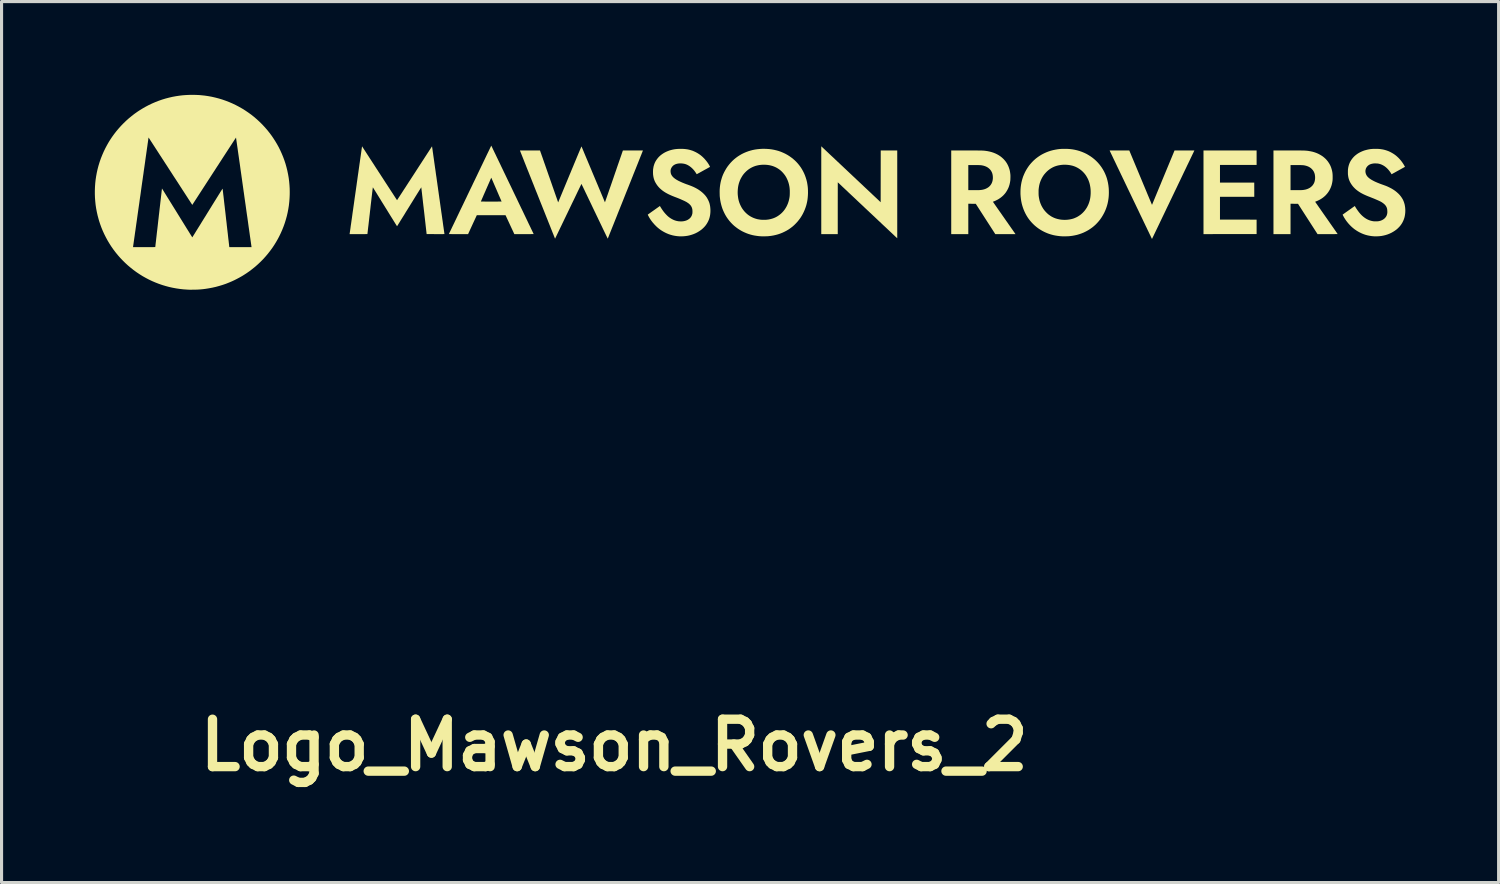
<source format=kicad_pcb>
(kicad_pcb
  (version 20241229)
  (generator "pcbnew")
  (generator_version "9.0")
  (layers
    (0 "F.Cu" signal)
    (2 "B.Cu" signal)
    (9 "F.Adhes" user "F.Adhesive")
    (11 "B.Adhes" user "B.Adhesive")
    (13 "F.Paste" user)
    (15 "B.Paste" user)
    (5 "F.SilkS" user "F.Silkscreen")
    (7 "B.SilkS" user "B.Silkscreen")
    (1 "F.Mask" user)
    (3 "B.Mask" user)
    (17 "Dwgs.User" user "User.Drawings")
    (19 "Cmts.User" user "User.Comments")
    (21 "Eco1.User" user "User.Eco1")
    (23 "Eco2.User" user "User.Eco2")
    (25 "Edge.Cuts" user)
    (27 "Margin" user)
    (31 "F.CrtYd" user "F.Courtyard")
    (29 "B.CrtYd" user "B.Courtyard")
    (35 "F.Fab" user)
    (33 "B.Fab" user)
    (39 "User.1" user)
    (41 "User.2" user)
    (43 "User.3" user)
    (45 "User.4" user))
  (footprint "Logo_Mawson_Rovers_2"
    (layer "F.Cu")
    (at 21.781 3.132)
    (property "Reference" "Logo_Mawson_Rovers_2" (at -5.08 17.78 0) (layer "F.SilkS") (effects (font (size 1.524 1.524) (thickness 0.3))))
    (attr board_only exclude_from_pos_files exclude_from_bom)
    (fp_poly (pts (xy 15.577 -1.343) (xy 15.577 -0.879) (xy 14.988 -0.878) (xy 14.399 -0.878) (xy 14.399 -0.311) (xy 14.95 -0.31) (xy 15.501 -0.31) (xy 15.502 0.147) (xy 14.399 0.147) (xy 14.399 0.88) (xy 14.988 0.88) (xy 15.577 0.881) (xy 15.577 1.345) (xy 13.869 1.346) (xy 13.869 -1.344)) (stroke (width 0) (type solid)) (fill yes) (layer "F.SilkS"))
    (fp_poly (pts (xy 1.605 -1.453) (xy 1.608 -1.45) (xy 1.614 -1.444) (xy 1.624 -1.435) (xy 1.636 -1.424) (xy 1.651 -1.409) (xy 1.669 -1.393) (xy 1.689 -1.374) (xy 1.712 -1.352) (xy 1.737 -1.328) (xy 1.765 -1.302) (xy 1.795 -1.274) (xy 1.827 -1.243) (xy 1.861 -1.211) (xy 1.897 -1.177) (xy 1.936 -1.141) (xy 1.976 -1.104) (xy 2.017 -1.064) (xy 2.061 -1.024) (xy 2.105 -0.981) (xy 2.152 -0.938) (xy 2.199 -0.893) (xy 2.248 -0.847) (xy 2.298 -0.8) (xy 2.349 -0.752) (xy 2.401 -0.703) (xy 2.454 -0.653) (xy 2.508 -0.602) (xy 2.56 -0.553) (xy 3.488 0.321) (xy 3.489 -0.511) (xy 3.49 -1.343) (xy 3.756 -1.343) (xy 4.021 -1.344) (xy 4.021 0.068) (xy 4.021 0.146) (xy 4.021 0.224) (xy 4.021 0.3) (xy 4.021 0.375) (xy 4.021 0.448) (xy 4.021 0.52) (xy 4.021 0.59) (xy 4.021 0.658) (xy 4.021 0.725) (xy 4.021 0.789) (xy 4.021 0.852) (xy 4.021 0.912) (xy 4.021 0.97) (xy 4.021 1.025) (xy 4.021 1.078) (xy 4.021 1.128) (xy 4.021 1.175) (xy 4.021 1.219) (xy 4.021 1.26) (xy 4.021 1.298) (xy 4.021 1.333) (xy 4.021 1.364) (xy 4.021 1.392) (xy 4.021 1.416) (xy 4.021 1.437) (xy 4.021 1.454) (xy 4.021 1.466) (xy 4.021 1.475) (xy 4.02 1.479) (xy 4.02 1.48) (xy 4.019 1.478) (xy 4.014 1.474) (xy 4.006 1.466) (xy 3.996 1.456) (xy 3.982 1.444) (xy 3.966 1.429) (xy 3.947 1.411) (xy 3.926 1.391) (xy 3.902 1.368) (xy 3.875 1.343) (xy 3.847 1.316) (xy 3.816 1.287) (xy 3.783 1.256) (xy 3.748 1.223) (xy 3.711 1.188) (xy 3.672 1.151) (xy 3.631 1.113) (xy 3.588 1.073) (xy 3.544 1.032) (xy 3.499 0.989) (xy 3.452 0.944) (xy 3.403 0.899) (xy 3.354 0.852) (xy 3.303 0.804) (xy 3.251 0.755) (xy 3.198 0.705) (xy 3.144 0.655) (xy 3.089 0.603) (xy 3.064 0.58) (xy 2.109 -0.32) (xy 2.108 0.513) (xy 2.108 1.346) (xy 1.578 1.346) (xy 1.578 -1.478)) (stroke (width 0) (type solid)) (fill yes) (layer "F.SilkS"))
    (fp_poly (pts (xy 6.252 -1.343) (xy 6.308 -1.343) (xy 6.36 -1.343) (xy 6.408 -1.343) (xy 6.452 -1.343) (xy 6.492 -1.343) (xy 6.529 -1.343) (xy 6.563 -1.343) (xy 6.594 -1.343) (xy 6.622 -1.342) (xy 6.647 -1.342) (xy 6.67 -1.342) (xy 6.69 -1.342) (xy 6.709 -1.341) (xy 6.725 -1.341) (xy 6.74 -1.341) (xy 6.753 -1.34) (xy 6.765 -1.34) (xy 6.776 -1.339) (xy 6.786 -1.339) (xy 6.795 -1.338) (xy 6.804 -1.338) (xy 6.812 -1.337) (xy 6.82 -1.336) (xy 6.828 -1.335) (xy 6.836 -1.334) (xy 6.845 -1.333) (xy 6.854 -1.332) (xy 6.855 -1.332) (xy 6.924 -1.322) (xy 6.991 -1.308) (xy 7.056 -1.291) (xy 7.117 -1.271) (xy 7.176 -1.247) (xy 7.232 -1.22) (xy 7.285 -1.19) (xy 7.335 -1.157) (xy 7.382 -1.12) (xy 7.426 -1.08) (xy 7.435 -1.071) (xy 7.474 -1.029) (xy 7.509 -0.986) (xy 7.54 -0.94) (xy 7.568 -0.891) (xy 7.592 -0.841) (xy 7.613 -0.787) (xy 7.616 -0.778) (xy 7.631 -0.731) (xy 7.643 -0.683) (xy 7.651 -0.633) (xy 7.658 -0.581) (xy 7.659 -0.566) (xy 7.66 -0.552) (xy 7.661 -0.535) (xy 7.661 -0.516) (xy 7.661 -0.495) (xy 7.661 -0.473) (xy 7.66 -0.45) (xy 7.659 -0.429) (xy 7.659 -0.409) (xy 7.658 -0.391) (xy 7.656 -0.377) (xy 7.656 -0.372) (xy 7.646 -0.311) (xy 7.633 -0.252) (xy 7.616 -0.196) (xy 7.596 -0.142) (xy 7.571 -0.091) (xy 7.543 -0.041) (xy 7.512 0.007) (xy 7.502 0.02) (xy 7.467 0.063) (xy 7.429 0.104) (xy 7.388 0.141) (xy 7.344 0.176) (xy 7.296 0.209) (xy 7.275 0.222) (xy 7.258 0.232) (xy 7.238 0.243) (xy 7.216 0.254) (xy 7.193 0.265) (xy 7.171 0.276) (xy 7.15 0.285) (xy 7.131 0.292) (xy 7.128 0.294) (xy 7.117 0.298) (xy 7.108 0.301) (xy 7.101 0.304) (xy 7.097 0.305) (xy 7.097 0.306) (xy 7.098 0.307) (xy 7.102 0.313) (xy 7.108 0.321) (xy 7.116 0.333) (xy 7.126 0.348) (xy 7.138 0.365) (xy 7.152 0.385) (xy 7.168 0.408) (xy 7.186 0.434) (xy 7.205 0.461) (xy 7.226 0.491) (xy 7.248 0.523) (xy 7.272 0.557) (xy 7.297 0.593) (xy 7.323 0.63) (xy 7.35 0.668) (xy 7.378 0.708) (xy 7.406 0.749) (xy 7.436 0.791) (xy 7.456 0.82) (xy 7.486 0.863) (xy 7.515 0.905) (xy 7.544 0.946) (xy 7.572 0.985) (xy 7.598 1.024) (xy 7.624 1.06) (xy 7.649 1.096) (xy 7.672 1.129) (xy 7.694 1.161) (xy 7.715 1.19) (xy 7.734 1.217) (xy 7.751 1.242) (xy 7.767 1.265) (xy 7.781 1.285) (xy 7.793 1.302) (xy 7.803 1.316) (xy 7.81 1.327) (xy 7.816 1.335) (xy 7.819 1.339) (xy 7.82 1.34) (xy 7.824 1.346) (xy 7.174 1.346) (xy 6.86 0.859) (xy 6.546 0.371) (xy 6.306 0.37) (xy 6.306 1.346) (xy 5.757 1.346) (xy 5.757 -0.068) (xy 6.306 -0.068) (xy 6.475 -0.068) (xy 6.504 -0.068) (xy 6.531 -0.068) (xy 6.558 -0.068) (xy 6.583 -0.068) (xy 6.606 -0.069) (xy 6.626 -0.069) (xy 6.644 -0.069) (xy 6.659 -0.069) (xy 6.67 -0.07) (xy 6.676 -0.07) (xy 6.726 -0.075) (xy 6.772 -0.083) (xy 6.816 -0.094) (xy 6.856 -0.108) (xy 6.893 -0.125) (xy 6.928 -0.145) (xy 6.96 -0.167) (xy 6.987 -0.191) (xy 7.013 -0.219) (xy 7.035 -0.249) (xy 7.054 -0.281) (xy 7.069 -0.315) (xy 7.081 -0.352) (xy 7.086 -0.372) (xy 7.092 -0.407) (xy 7.096 -0.444) (xy 7.096 -0.481) (xy 7.094 -0.519) (xy 7.089 -0.555) (xy 7.082 -0.589) (xy 7.08 -0.596) (xy 7.067 -0.634) (xy 7.05 -0.668) (xy 7.03 -0.701) (xy 7.006 -0.731) (xy 6.979 -0.758) (xy 6.949 -0.783) (xy 6.916 -0.805) (xy 6.88 -0.824) (xy 6.84 -0.84) (xy 6.799 -0.853) (xy 6.763 -0.861) (xy 6.752 -0.863) (xy 6.742 -0.865) (xy 6.733 -0.867) (xy 6.723 -0.868) (xy 6.713 -0.869) (xy 6.701 -0.87) (xy 6.689 -0.871) (xy 6.676 -0.872) (xy 6.66 -0.872) (xy 6.642 -0.873) (xy 6.622 -0.873) (xy 6.599 -0.873) (xy 6.573 -0.873) (xy 6.544 -0.873) (xy 6.51 -0.873) (xy 6.489 -0.873) (xy 6.306 -0.873) (xy 6.306 -0.068) (xy 5.757 -0.068) (xy 5.757 -1.344)) (stroke (width 0) (type solid)) (fill yes) (layer "F.SilkS"))
    (fp_poly (pts (xy 16.579 -1.344) (xy 16.638 -1.344) (xy 16.692 -1.344) (xy 16.743 -1.344) (xy 16.79 -1.344) (xy 16.833 -1.344) (xy 16.872 -1.344) (xy 16.909 -1.343) (xy 16.942 -1.343) (xy 16.973 -1.343) (xy 17.001 -1.343) (xy 17.026 -1.342) (xy 17.05 -1.342) (xy 17.071 -1.342) (xy 17.09 -1.341) (xy 17.108 -1.341) (xy 17.124 -1.34) (xy 17.139 -1.339) (xy 17.153 -1.338) (xy 17.166 -1.337) (xy 17.178 -1.336) (xy 17.19 -1.335) (xy 17.201 -1.334) (xy 17.212 -1.333) (xy 17.224 -1.331) (xy 17.235 -1.33) (xy 17.248 -1.328) (xy 17.25 -1.327) (xy 17.316 -1.316) (xy 17.38 -1.302) (xy 17.441 -1.284) (xy 17.5 -1.263) (xy 17.556 -1.239) (xy 17.609 -1.211) (xy 17.66 -1.181) (xy 17.708 -1.149) (xy 17.752 -1.113) (xy 17.794 -1.075) (xy 17.832 -1.034) (xy 17.868 -0.99) (xy 17.899 -0.944) (xy 17.928 -0.896) (xy 17.953 -0.846) (xy 17.974 -0.793) (xy 17.991 -0.738) (xy 18.004 -0.687) (xy 18.009 -0.662) (xy 18.013 -0.64) (xy 18.016 -0.618) (xy 18.018 -0.596) (xy 18.02 -0.573) (xy 18.021 -0.549) (xy 18.022 -0.523) (xy 18.022 -0.493) (xy 18.022 -0.488) (xy 18.022 -0.462) (xy 18.022 -0.439) (xy 18.021 -0.418) (xy 18.02 -0.4) (xy 18.019 -0.383) (xy 18.017 -0.365) (xy 18.014 -0.347) (xy 18.011 -0.328) (xy 18.01 -0.322) (xy 17.998 -0.264) (xy 17.982 -0.207) (xy 17.962 -0.153) (xy 17.938 -0.1) (xy 17.911 -0.05) (xy 17.88 -0.002) (xy 17.845 0.044) (xy 17.807 0.087) (xy 17.766 0.127) (xy 17.721 0.165) (xy 17.694 0.185) (xy 17.649 0.215) (xy 17.6 0.243) (xy 17.55 0.268) (xy 17.498 0.29) (xy 17.482 0.297) (xy 17.473 0.3) (xy 17.465 0.303) (xy 17.461 0.305) (xy 17.459 0.305) (xy 17.46 0.307) (xy 17.464 0.312) (xy 17.47 0.321) (xy 17.478 0.333) (xy 17.488 0.348) (xy 17.5 0.365) (xy 17.515 0.386) (xy 17.531 0.408) (xy 17.548 0.434) (xy 17.568 0.462) (xy 17.588 0.492) (xy 17.611 0.523) (xy 17.634 0.557) (xy 17.659 0.593) (xy 17.685 0.63) (xy 17.712 0.669) (xy 17.74 0.709) (xy 17.769 0.75) (xy 17.798 0.792) (xy 17.821 0.824) (xy 17.851 0.867) (xy 17.88 0.909) (xy 17.909 0.95) (xy 17.936 0.99) (xy 17.963 1.028) (xy 17.989 1.065) (xy 18.013 1.1) (xy 18.037 1.133) (xy 18.059 1.165) (xy 18.079 1.194) (xy 18.098 1.222) (xy 18.116 1.246) (xy 18.131 1.269) (xy 18.145 1.289) (xy 18.157 1.306) (xy 18.166 1.32) (xy 18.174 1.331) (xy 18.179 1.339) (xy 18.183 1.343) (xy 18.183 1.344) (xy 18.181 1.344) (xy 18.175 1.345) (xy 18.164 1.345) (xy 18.15 1.345) (xy 18.133 1.345) (xy 18.112 1.345) (xy 18.088 1.346) (xy 18.061 1.346) (xy 18.031 1.346) (xy 17.999 1.346) (xy 17.964 1.346) (xy 17.928 1.346) (xy 17.889 1.346) (xy 17.86 1.346) (xy 17.536 1.346) (xy 17.222 0.859) (xy 16.908 0.371) (xy 16.668 0.37) (xy 16.668 1.346) (xy 16.119 1.346) (xy 16.119 -0.068) (xy 16.668 -0.068) (xy 16.838 -0.068) (xy 16.866 -0.068) (xy 16.894 -0.068) (xy 16.92 -0.068) (xy 16.945 -0.068) (xy 16.968 -0.069) (xy 16.988 -0.069) (xy 17.006 -0.069) (xy 17.021 -0.069) (xy 17.032 -0.07) (xy 17.038 -0.07) (xy 17.082 -0.074) (xy 17.122 -0.081) (xy 17.16 -0.089) (xy 17.195 -0.1) (xy 17.229 -0.113) (xy 17.246 -0.121) (xy 17.282 -0.14) (xy 17.315 -0.162) (xy 17.345 -0.188) (xy 17.372 -0.215) (xy 17.395 -0.246) (xy 17.415 -0.278) (xy 17.431 -0.313) (xy 17.439 -0.335) (xy 17.447 -0.366) (xy 17.453 -0.4) (xy 17.457 -0.436) (xy 17.458 -0.472) (xy 17.458 -0.49) (xy 17.454 -0.533) (xy 17.448 -0.573) (xy 17.438 -0.61) (xy 17.424 -0.645) (xy 17.408 -0.677) (xy 17.387 -0.708) (xy 17.363 -0.736) (xy 17.35 -0.75) (xy 17.321 -0.776) (xy 17.288 -0.799) (xy 17.253 -0.819) (xy 17.214 -0.836) (xy 17.173 -0.85) (xy 17.129 -0.861) (xy 17.121 -0.862) (xy 17.111 -0.864) (xy 17.101 -0.866) (xy 17.092 -0.867) (xy 17.082 -0.868) (xy 17.072 -0.87) (xy 17.061 -0.87) (xy 17.048 -0.871) (xy 17.034 -0.872) (xy 17.018 -0.872) (xy 17 -0.873) (xy 16.98 -0.873) (xy 16.956 -0.873) (xy 16.929 -0.873) (xy 16.899 -0.873) (xy 16.865 -0.873) (xy 16.851 -0.873) (xy 16.668 -0.873) (xy 16.668 -0.068) (xy 16.119 -0.068) (xy 16.119 -1.344)) (stroke (width 0) (type solid)) (fill yes) (layer "F.SilkS"))
    (fp_poly (pts (xy 11.073 -1.344) (xy 11.117 -1.344) (xy 11.165 -1.343) (xy 11.167 -1.343) (xy 11.483 -1.343) (xy 11.848 -0.468) (xy 11.873 -0.408) (xy 11.897 -0.35) (xy 11.921 -0.293) (xy 11.944 -0.237) (xy 11.967 -0.183) (xy 11.989 -0.13) (xy 12.01 -0.079) (xy 12.031 -0.03) (xy 12.05 0.017) (xy 12.069 0.063) (xy 12.087 0.106) (xy 12.104 0.146) (xy 12.12 0.185) (xy 12.135 0.22) (xy 12.149 0.253) (xy 12.162 0.283) (xy 12.173 0.31) (xy 12.183 0.334) (xy 12.192 0.355) (xy 12.199 0.372) (xy 12.205 0.386) (xy 12.209 0.396) (xy 12.212 0.403) (xy 12.213 0.405) (xy 12.214 0.405) (xy 12.214 0.403) (xy 12.217 0.397) (xy 12.221 0.387) (xy 12.227 0.374) (xy 12.234 0.357) (xy 12.242 0.336) (xy 12.252 0.313) (xy 12.263 0.286) (xy 12.275 0.256) (xy 12.289 0.224) (xy 12.304 0.188) (xy 12.319 0.15) (xy 12.336 0.11) (xy 12.354 0.067) (xy 12.372 0.022) (xy 12.392 -0.025) (xy 12.412 -0.074) (xy 12.433 -0.125) (xy 12.455 -0.178) (xy 12.478 -0.232) (xy 12.501 -0.288) (xy 12.524 -0.345) (xy 12.548 -0.403) (xy 12.573 -0.462) (xy 12.576 -0.47) (xy 12.938 -1.343) (xy 13.257 -1.343) (xy 13.294 -1.343) (xy 13.33 -1.344) (xy 13.364 -1.344) (xy 13.397 -1.344) (xy 13.427 -1.344) (xy 13.456 -1.343) (xy 13.482 -1.343) (xy 13.505 -1.343) (xy 13.526 -1.343) (xy 13.543 -1.343) (xy 13.557 -1.343) (xy 13.567 -1.343) (xy 13.573 -1.343) (xy 13.576 -1.343) (xy 13.576 -1.343) (xy 13.575 -1.341) (xy 13.572 -1.335) (xy 13.567 -1.325) (xy 13.561 -1.312) (xy 13.553 -1.295) (xy 13.544 -1.275) (xy 13.533 -1.252) (xy 13.52 -1.226) (xy 13.506 -1.197) (xy 13.491 -1.165) (xy 13.474 -1.13) (xy 13.456 -1.092) (xy 13.437 -1.052) (xy 13.417 -1.01) (xy 13.395 -0.965) (xy 13.373 -0.918) (xy 13.349 -0.87) (xy 13.325 -0.819) (xy 13.3 -0.766) (xy 13.274 -0.712) (xy 13.247 -0.657) (xy 13.22 -0.6) (xy 13.192 -0.541) (xy 13.164 -0.482) (xy 13.135 -0.421) (xy 13.105 -0.359) (xy 13.075 -0.297) (xy 13.045 -0.234) (xy 13.015 -0.17) (xy 12.984 -0.106) (xy 12.953 -0.042) (xy 12.922 0.023) (xy 12.891 0.088) (xy 12.86 0.152) (xy 12.829 0.217) (xy 12.798 0.281) (xy 12.768 0.345) (xy 12.737 0.409) (xy 12.707 0.471) (xy 12.677 0.533) (xy 12.648 0.595) (xy 12.619 0.655) (xy 12.591 0.714) (xy 12.563 0.772) (xy 12.536 0.828) (xy 12.51 0.883) (xy 12.484 0.936) (xy 12.46 0.988) (xy 12.436 1.038) (xy 12.413 1.086) (xy 12.391 1.132) (xy 12.37 1.175) (xy 12.35 1.217) (xy 12.331 1.256) (xy 12.314 1.292) (xy 12.298 1.325) (xy 12.283 1.356) (xy 12.27 1.384) (xy 12.258 1.409) (xy 12.247 1.431) (xy 12.238 1.449) (xy 12.231 1.464) (xy 12.226 1.476) (xy 12.222 1.484) (xy 12.22 1.488) (xy 12.22 1.488) (xy 12.216 1.495) (xy 12.213 1.499) (xy 12.212 1.5) (xy 12.21 1.498) (xy 12.21 1.498) (xy 12.209 1.495) (xy 12.206 1.489) (xy 12.201 1.479) (xy 12.194 1.465) (xy 12.186 1.448) (xy 12.176 1.427) (xy 12.165 1.403) (xy 12.152 1.376) (xy 12.137 1.347) (xy 12.122 1.314) (xy 12.105 1.278) (xy 12.086 1.24) (xy 12.067 1.2) (xy 12.047 1.157) (xy 12.025 1.112) (xy 12.002 1.065) (xy 11.979 1.016) (xy 11.954 0.965) (xy 11.929 0.912) (xy 11.903 0.857) (xy 11.876 0.801) (xy 11.848 0.744) (xy 11.82 0.685) (xy 11.792 0.625) (xy 11.763 0.564) (xy 11.733 0.503) (xy 11.703 0.44) (xy 11.673 0.377) (xy 11.642 0.313) (xy 11.611 0.249) (xy 11.58 0.184) (xy 11.549 0.119) (xy 11.518 0.054) (xy 11.487 -0.01) (xy 11.456 -0.075) (xy 11.425 -0.139) (xy 11.395 -0.203) (xy 11.364 -0.267) (xy 11.334 -0.33) (xy 11.305 -0.392) (xy 11.275 -0.453) (xy 11.247 -0.513) (xy 11.218 -0.572) (xy 11.191 -0.63) (xy 11.164 -0.686) (xy 11.138 -0.741) (xy 11.112 -0.794) (xy 11.087 -0.846) (xy 11.064 -0.895) (xy 11.041 -0.943) (xy 11.019 -0.989) (xy 10.998 -1.032) (xy 10.978 -1.073) (xy 10.96 -1.112) (xy 10.943 -1.148) (xy 10.927 -1.182) (xy 10.912 -1.212) (xy 10.899 -1.24) (xy 10.887 -1.264) (xy 10.877 -1.286) (xy 10.868 -1.304) (xy 10.861 -1.319) (xy 10.856 -1.33) (xy 10.852 -1.337) (xy 10.851 -1.341) (xy 10.85 -1.342) (xy 10.852 -1.342) (xy 10.857 -1.342) (xy 10.866 -1.343) (xy 10.878 -1.343) (xy 10.894 -1.343) (xy 10.914 -1.343) (xy 10.938 -1.343) (xy 10.965 -1.343) (xy 10.997 -1.344) (xy 11.033 -1.344)) (stroke (width 0) (type solid)) (fill yes) (layer "F.SilkS"))
    (fp_poly (pts (xy -0.174 -1.394) (xy -0.1 -1.389) (xy -0.02 -1.379) (xy 0.058 -1.365) (xy 0.135 -1.347) (xy 0.21 -1.326) (xy 0.283 -1.3) (xy 0.354 -1.27) (xy 0.424 -1.237) (xy 0.491 -1.2) (xy 0.556 -1.159) (xy 0.619 -1.114) (xy 0.679 -1.066) (xy 0.725 -1.026) (xy 0.777 -0.975) (xy 0.827 -0.92) (xy 0.873 -0.863) (xy 0.917 -0.803) (xy 0.957 -0.74) (xy 0.993 -0.675) (xy 1.026 -0.608) (xy 1.055 -0.539) (xy 1.08 -0.468) (xy 1.102 -0.396) (xy 1.12 -0.323) (xy 1.122 -0.313) (xy 1.132 -0.253) (xy 1.141 -0.193) (xy 1.147 -0.132) (xy 1.15 -0.069) (xy 1.151 -0.003) (xy 1.151 0.031) (xy 1.148 0.1) (xy 1.143 0.166) (xy 1.136 0.229) (xy 1.126 0.291) (xy 1.113 0.352) (xy 1.098 0.412) (xy 1.097 0.417) (xy 1.073 0.491) (xy 1.046 0.563) (xy 1.015 0.634) (xy 0.981 0.702) (xy 0.944 0.767) (xy 0.903 0.831) (xy 0.858 0.891) (xy 0.811 0.949) (xy 0.76 1.004) (xy 0.707 1.057) (xy 0.651 1.106) (xy 0.592 1.151) (xy 0.531 1.194) (xy 0.466 1.233) (xy 0.464 1.234) (xy 0.397 1.269) (xy 0.329 1.301) (xy 0.259 1.329) (xy 0.188 1.353) (xy 0.115 1.373) (xy 0.039 1.39) (xy -0.038 1.403) (xy -0.118 1.412) (xy -0.143 1.414) (xy -0.152 1.415) (xy -0.165 1.415) (xy -0.18 1.416) (xy -0.198 1.416) (xy -0.218 1.417) (xy -0.238 1.417) (xy -0.258 1.417) (xy -0.278 1.417) (xy -0.297 1.418) (xy -0.314 1.418) (xy -0.328 1.417) (xy -0.34 1.417) (xy -0.345 1.417) (xy -0.421 1.412) (xy -0.495 1.403) (xy -0.566 1.392) (xy -0.635 1.378) (xy -0.702 1.36) (xy -0.767 1.34) (xy -0.831 1.316) (xy -0.903 1.285) (xy -0.972 1.251) (xy -1.038 1.213) (xy -1.102 1.172) (xy -1.163 1.127) (xy -1.222 1.08) (xy -1.277 1.029) (xy -1.329 0.975) (xy -1.378 0.919) (xy -1.424 0.859) (xy -1.467 0.797) (xy -1.506 0.732) (xy -1.538 0.671) (xy -1.569 0.605) (xy -1.597 0.538) (xy -1.62 0.47) (xy -1.64 0.4) (xy -1.657 0.328) (xy -1.671 0.255) (xy -1.681 0.178) (xy -1.684 0.148) (xy -1.686 0.132) (xy -1.687 0.112) (xy -1.688 0.09) (xy -1.688 0.066) (xy -1.689 0.04) (xy -1.689 0.023) (xy -1.11 0.023) (xy -1.107 0.085) (xy -1.1 0.146) (xy -1.091 0.206) (xy -1.078 0.264) (xy -1.076 0.271) (xy -1.058 0.33) (xy -1.036 0.386) (xy -1.011 0.44) (xy -0.983 0.492) (xy -0.952 0.541) (xy -0.917 0.587) (xy -0.88 0.631) (xy -0.84 0.671) (xy -0.797 0.709) (xy -0.752 0.743) (xy -0.704 0.774) (xy -0.654 0.801) (xy -0.602 0.825) (xy -0.548 0.845) (xy -0.493 0.861) (xy -0.479 0.865) (xy -0.425 0.875) (xy -0.369 0.883) (xy -0.311 0.887) (xy -0.253 0.887) (xy -0.193 0.885) (xy -0.175 0.883) (xy -0.115 0.876) (xy -0.057 0.864) (xy -0.001 0.849) (xy 0.054 0.83) (xy 0.106 0.807) (xy 0.157 0.78) (xy 0.206 0.748) (xy 0.235 0.727) (xy 0.28 0.691) (xy 0.322 0.651) (xy 0.361 0.608) (xy 0.397 0.562) (xy 0.429 0.514) (xy 0.459 0.463) (xy 0.485 0.409) (xy 0.508 0.354) (xy 0.527 0.296) (xy 0.536 0.264) (xy 0.545 0.224) (xy 0.553 0.186) (xy 0.559 0.148) (xy 0.563 0.109) (xy 0.565 0.068) (xy 0.566 0.026) (xy 0.566 -0.02) (xy 0.566 -0.023) (xy 0.566 -0.055) (xy 0.564 -0.083) (xy 0.562 -0.109) (xy 0.56 -0.134) (xy 0.557 -0.159) (xy 0.553 -0.185) (xy 0.552 -0.192) (xy 0.539 -0.253) (xy 0.523 -0.312) (xy 0.503 -0.369) (xy 0.479 -0.424) (xy 0.453 -0.477) (xy 0.423 -0.527) (xy 0.389 -0.574) (xy 0.353 -0.618) (xy 0.314 -0.66) (xy 0.272 -0.699) (xy 0.227 -0.734) (xy 0.179 -0.766) (xy 0.129 -0.795) (xy 0.117 -0.801) (xy 0.07 -0.822) (xy 0.021 -0.841) (xy -0.03 -0.856) (xy -0.082 -0.868) (xy -0.137 -0.877) (xy -0.195 -0.883) (xy -0.223 -0.884) (xy -0.284 -0.885) (xy -0.343 -0.883) (xy -0.403 -0.876) (xy -0.431 -0.872) (xy -0.488 -0.86) (xy -0.543 -0.845) (xy -0.597 -0.825) (xy -0.648 -0.802) (xy -0.698 -0.775) (xy -0.746 -0.745) (xy -0.791 -0.711) (xy -0.834 -0.674) (xy -0.874 -0.634) (xy -0.912 -0.592) (xy -0.947 -0.546) (xy -0.978 -0.497) (xy -1.007 -0.446) (xy -1.033 -0.393) (xy -1.054 -0.337) (xy -1.073 -0.28) (xy -1.087 -0.223) (xy -1.098 -0.163) (xy -1.105 -0.102) (xy -1.109 -0.04) (xy -1.11 0.023) (xy -1.689 0.023) (xy -1.689 0.014) (xy -1.69 -0.012) (xy -1.689 -0.036) (xy -1.689 -0.059) (xy -1.689 -0.079) (xy -1.688 -0.095) (xy -1.682 -0.168) (xy -1.673 -0.238) (xy -1.661 -0.307) (xy -1.646 -0.373) (xy -1.627 -0.438) (xy -1.618 -0.468) (xy -1.607 -0.5) (xy -1.596 -0.529) (xy -1.585 -0.557) (xy -1.573 -0.585) (xy -1.559 -0.614) (xy -1.547 -0.64) (xy -1.51 -0.708) (xy -1.471 -0.774) (xy -1.428 -0.837) (xy -1.382 -0.896) (xy -1.333 -0.953) (xy -1.281 -1.007) (xy -1.226 -1.058) (xy -1.168 -1.105) (xy -1.108 -1.149) (xy -1.044 -1.19) (xy -0.978 -1.228) (xy -0.91 -1.262) (xy -0.839 -1.292) (xy -0.766 -1.319) (xy -0.703 -1.338) (xy -0.633 -1.357) (xy -0.56 -1.372) (xy -0.485 -1.383) (xy -0.409 -1.391) (xy -0.331 -1.396) (xy -0.253 -1.397)) (stroke (width 0) (type solid)) (fill yes) (layer "F.SilkS"))
    (fp_poly (pts (xy 9.5 -1.394) (xy 9.564 -1.39) (xy 9.575 -1.389) (xy 9.656 -1.379) (xy 9.734 -1.365) (xy 9.81 -1.347) (xy 9.885 -1.325) (xy 9.959 -1.299) (xy 10.031 -1.269) (xy 10.047 -1.262) (xy 10.114 -1.229) (xy 10.179 -1.191) (xy 10.242 -1.151) (xy 10.303 -1.107) (xy 10.361 -1.06) (xy 10.416 -1.01) (xy 10.468 -0.957) (xy 10.517 -0.901) (xy 10.562 -0.843) (xy 10.598 -0.792) (xy 10.638 -0.728) (xy 10.675 -0.661) (xy 10.707 -0.593) (xy 10.736 -0.523) (xy 10.761 -0.451) (xy 10.781 -0.377) (xy 10.798 -0.301) (xy 10.811 -0.223) (xy 10.818 -0.164) (xy 10.823 -0.11) (xy 10.825 -0.053) (xy 10.826 0.005) (xy 10.825 0.064) (xy 10.822 0.122) (xy 10.817 0.178) (xy 10.813 0.21) (xy 10.801 0.288) (xy 10.785 0.364) (xy 10.765 0.438) (xy 10.741 0.51) (xy 10.713 0.582) (xy 10.681 0.652) (xy 10.673 0.668) (xy 10.636 0.736) (xy 10.596 0.802) (xy 10.553 0.865) (xy 10.507 0.924) (xy 10.457 0.981) (xy 10.405 1.035) (xy 10.349 1.086) (xy 10.291 1.133) (xy 10.229 1.177) (xy 10.166 1.218) (xy 10.099 1.255) (xy 10.077 1.266) (xy 10.011 1.298) (xy 9.943 1.325) (xy 9.874 1.349) (xy 9.803 1.37) (xy 9.731 1.386) (xy 9.656 1.4) (xy 9.579 1.41) (xy 9.532 1.414) (xy 9.523 1.415) (xy 9.51 1.415) (xy 9.495 1.416) (xy 9.477 1.416) (xy 9.457 1.417) (xy 9.437 1.417) (xy 9.417 1.417) (xy 9.397 1.417) (xy 9.378 1.418) (xy 9.361 1.418) (xy 9.346 1.417) (xy 9.335 1.417) (xy 9.33 1.417) (xy 9.254 1.412) (xy 9.18 1.403) (xy 9.109 1.392) (xy 9.04 1.378) (xy 8.973 1.36) (xy 8.907 1.34) (xy 8.843 1.316) (xy 8.778 1.288) (xy 8.746 1.273) (xy 8.679 1.238) (xy 8.615 1.2) (xy 8.552 1.158) (xy 8.493 1.113) (xy 8.435 1.064) (xy 8.381 1.012) (xy 8.33 0.958) (xy 8.281 0.9) (xy 8.237 0.841) (xy 8.21 0.801) (xy 8.173 0.74) (xy 8.139 0.677) (xy 8.108 0.611) (xy 8.08 0.543) (xy 8.056 0.475) (xy 8.035 0.405) (xy 8.023 0.358) (xy 8.008 0.284) (xy 7.997 0.21) (xy 7.989 0.134) (xy 7.984 0.058) (xy 7.984 -0.011) (xy 8.566 -0.011) (xy 8.566 0.011) (xy 8.566 0.032) (xy 8.566 0.053) (xy 8.567 0.073) (xy 8.568 0.09) (xy 8.569 0.104) (xy 8.569 0.113) (xy 8.577 0.169) (xy 8.587 0.222) (xy 8.598 0.272) (xy 8.613 0.32) (xy 8.63 0.367) (xy 8.65 0.413) (xy 8.66 0.435) (xy 8.689 0.487) (xy 8.72 0.537) (xy 8.755 0.584) (xy 8.793 0.628) (xy 8.833 0.669) (xy 8.876 0.708) (xy 8.922 0.742) (xy 8.969 0.774) (xy 9.019 0.801) (xy 9.063 0.822) (xy 9.116 0.842) (xy 9.17 0.858) (xy 9.227 0.871) (xy 9.286 0.881) (xy 9.347 0.886) (xy 9.371 0.887) (xy 9.38 0.888) (xy 9.39 0.888) (xy 9.397 0.888) (xy 9.402 0.888) (xy 9.411 0.888) (xy 9.422 0.888) (xy 9.436 0.887) (xy 9.45 0.887) (xy 9.45 0.887) (xy 9.504 0.883) (xy 9.555 0.876) (xy 9.604 0.867) (xy 9.65 0.856) (xy 9.696 0.842) (xy 9.726 0.83) (xy 9.779 0.807) (xy 9.83 0.78) (xy 9.878 0.749) (xy 9.924 0.716) (xy 9.968 0.678) (xy 10.008 0.638) (xy 10.046 0.595) (xy 10.081 0.548) (xy 10.113 0.5) (xy 10.141 0.448) (xy 10.166 0.395) (xy 10.188 0.339) (xy 10.206 0.28) (xy 10.209 0.271) (xy 10.221 0.217) (xy 10.231 0.16) (xy 10.237 0.101) (xy 10.241 0.041) (xy 10.241 -0.02) (xy 10.239 -0.081) (xy 10.233 -0.142) (xy 10.233 -0.142) (xy 10.223 -0.205) (xy 10.21 -0.266) (xy 10.193 -0.325) (xy 10.172 -0.382) (xy 10.148 -0.436) (xy 10.12 -0.488) (xy 10.09 -0.538) (xy 10.056 -0.585) (xy 10.018 -0.629) (xy 9.978 -0.67) (xy 9.935 -0.708) (xy 9.888 -0.743) (xy 9.858 -0.763) (xy 9.812 -0.79) (xy 9.764 -0.814) (xy 9.715 -0.834) (xy 9.664 -0.851) (xy 9.61 -0.864) (xy 9.555 -0.874) (xy 9.496 -0.881) (xy 9.451 -0.884) (xy 9.39 -0.885) (xy 9.33 -0.883) (xy 9.272 -0.876) (xy 9.214 -0.866) (xy 9.158 -0.853) (xy 9.105 -0.836) (xy 9.063 -0.82) (xy 9.013 -0.796) (xy 8.964 -0.768) (xy 8.916 -0.736) (xy 8.871 -0.701) (xy 8.829 -0.663) (xy 8.789 -0.621) (xy 8.751 -0.577) (xy 8.717 -0.531) (xy 8.692 -0.491) (xy 8.664 -0.44) (xy 8.639 -0.387) (xy 8.618 -0.333) (xy 8.6 -0.276) (xy 8.586 -0.218) (xy 8.576 -0.158) (xy 8.568 -0.095) (xy 8.567 -0.079) (xy 8.566 -0.066) (xy 8.566 -0.05) (xy 8.566 -0.031) (xy 8.566 -0.011) (xy 7.984 -0.011) (xy 7.984 -0.018) (xy 7.986 -0.094) (xy 7.992 -0.168) (xy 8.002 -0.242) (xy 8.015 -0.314) (xy 8.032 -0.385) (xy 8.052 -0.453) (xy 8.069 -0.505) (xy 8.099 -0.577) (xy 8.131 -0.647) (xy 8.167 -0.714) (xy 8.207 -0.779) (xy 8.249 -0.841) (xy 8.258 -0.854) (xy 8.292 -0.896) (xy 8.329 -0.939) (xy 8.368 -0.981) (xy 8.408 -1.021) (xy 8.449 -1.058) (xy 8.483 -1.087) (xy 8.544 -1.133) (xy 8.607 -1.176) (xy 8.672 -1.215) (xy 8.74 -1.25) (xy 8.81 -1.282) (xy 8.882 -1.31) (xy 8.955 -1.334) (xy 9.031 -1.354) (xy 9.108 -1.37) (xy 9.186 -1.383) (xy 9.237 -1.389) (xy 9.301 -1.394) (xy 9.368 -1.396) (xy 9.434 -1.396)) (stroke (width 0) (type solid)) (fill yes) (layer "F.SilkS"))
    (fp_poly (pts (xy -9.033 -1.497) (xy -9.03 -1.492) (xy -9.025 -1.482) (xy -9.019 -1.469) (xy -9.011 -1.452) (xy -9.001 -1.433) (xy -8.99 -1.409) (xy -8.978 -1.383) (xy -8.964 -1.354) (xy -8.948 -1.322) (xy -8.932 -1.287) (xy -8.914 -1.25) (xy -8.894 -1.21) (xy -8.874 -1.167) (xy -8.853 -1.123) (xy -8.83 -1.076) (xy -8.807 -1.027) (xy -8.782 -0.976) (xy -8.757 -0.924) (xy -8.731 -0.87) (xy -8.705 -0.814) (xy -8.677 -0.757) (xy -8.649 -0.699) (xy -8.621 -0.639) (xy -8.591 -0.578) (xy -8.562 -0.517) (xy -8.532 -0.454) (xy -8.502 -0.391) (xy -8.471 -0.327) (xy -8.44 -0.263) (xy -8.409 -0.199) (xy -8.378 -0.134) (xy -8.347 -0.069) (xy -8.316 -0.004) (xy -8.285 0.061) (xy -8.254 0.125) (xy -8.223 0.189) (xy -8.193 0.253) (xy -8.163 0.316) (xy -8.133 0.378) (xy -8.104 0.439) (xy -8.075 0.5) (xy -8.046 0.559) (xy -8.018 0.617) (xy -7.991 0.674) (xy -7.965 0.729) (xy -7.939 0.783) (xy -7.914 0.835) (xy -7.89 0.885) (xy -7.867 0.933) (xy -7.845 0.98) (xy -7.824 1.024) (xy -7.804 1.065) (xy -7.785 1.105) (xy -7.767 1.141) (xy -7.751 1.176) (xy -7.736 1.207) (xy -7.722 1.235) (xy -7.71 1.261) (xy -7.699 1.283) (xy -7.69 1.302) (xy -7.683 1.318) (xy -7.677 1.33) (xy -7.673 1.338) (xy -7.671 1.343) (xy -7.67 1.344) (xy -7.672 1.345) (xy -7.679 1.345) (xy -7.689 1.345) (xy -7.702 1.345) (xy -7.72 1.345) (xy -7.74 1.345) (xy -7.764 1.346) (xy -7.79 1.346) (xy -7.819 1.346) (xy -7.85 1.346) (xy -7.883 1.346) (xy -7.918 1.346) (xy -7.955 1.346) (xy -7.981 1.346) (xy -8.292 1.346) (xy -8.306 1.316) (xy -8.309 1.31) (xy -8.313 1.301) (xy -8.319 1.288) (xy -8.326 1.272) (xy -8.335 1.253) (xy -8.345 1.232) (xy -8.356 1.208) (xy -8.368 1.182) (xy -8.382 1.154) (xy -8.395 1.124) (xy -8.41 1.093) (xy -8.425 1.061) (xy -8.44 1.028) (xy -8.448 1.011) (xy -8.575 0.737) (xy -9.498 0.737) (xy -9.639 1.041) (xy -9.779 1.346) (xy -10.088 1.346) (xy -10.125 1.346) (xy -10.16 1.346) (xy -10.194 1.346) (xy -10.226 1.346) (xy -10.256 1.346) (xy -10.284 1.346) (xy -10.309 1.346) (xy -10.332 1.345) (xy -10.351 1.345) (xy -10.368 1.345) (xy -10.381 1.345) (xy -10.39 1.345) (xy -10.396 1.344) (xy -10.397 1.344) (xy -10.396 1.342) (xy -10.393 1.336) (xy -10.388 1.326) (xy -10.382 1.312) (xy -10.374 1.296) (xy -10.364 1.275) (xy -10.353 1.252) (xy -10.34 1.225) (xy -10.326 1.196) (xy -10.31 1.163) (xy -10.294 1.128) (xy -10.276 1.091) (xy -10.256 1.05) (xy -10.236 1.008) (xy -10.214 0.963) (xy -10.192 0.916) (xy -10.168 0.867) (xy -10.144 0.816) (xy -10.119 0.763) (xy -10.093 0.709) (xy -10.066 0.653) (xy -10.039 0.596) (xy -10.011 0.537) (xy -9.982 0.478) (xy -9.953 0.417) (xy -9.923 0.355) (xy -9.896 0.298) (xy -9.368 0.298) (xy -9.366 0.298) (xy -9.36 0.298) (xy -9.349 0.299) (xy -9.334 0.299) (xy -9.315 0.299) (xy -9.292 0.299) (xy -9.264 0.299) (xy -9.233 0.3) (xy -9.197 0.3) (xy -9.158 0.3) (xy -9.114 0.3) (xy -9.067 0.3) (xy -9.035 0.3) (xy -8.997 0.3) (xy -8.96 0.3) (xy -8.925 0.3) (xy -8.892 0.3) (xy -8.86 0.3) (xy -8.831 0.3) (xy -8.804 0.299) (xy -8.779 0.299) (xy -8.758 0.299) (xy -8.739 0.299) (xy -8.724 0.299) (xy -8.713 0.299) (xy -8.705 0.298) (xy -8.702 0.298) (xy -8.701 0.298) (xy -8.702 0.296) (xy -8.705 0.29) (xy -8.709 0.281) (xy -8.715 0.267) (xy -8.722 0.251) (xy -8.73 0.232) (xy -8.74 0.21) (xy -8.75 0.185) (xy -8.762 0.158) (xy -8.775 0.128) (xy -8.789 0.097) (xy -8.803 0.063) (xy -8.818 0.028) (xy -8.834 -0.008) (xy -8.85 -0.046) (xy -8.867 -0.085) (xy -8.867 -0.086) (xy -8.884 -0.125) (xy -8.901 -0.163) (xy -8.916 -0.199) (xy -8.932 -0.234) (xy -8.946 -0.268) (xy -8.96 -0.299) (xy -8.972 -0.328) (xy -8.984 -0.356) (xy -8.995 -0.38) (xy -9.005 -0.402) (xy -9.013 -0.422) (xy -9.02 -0.438) (xy -9.026 -0.451) (xy -9.03 -0.46) (xy -9.033 -0.466) (xy -9.034 -0.468) (xy -9.034 -0.468) (xy -9.035 -0.466) (xy -9.037 -0.461) (xy -9.041 -0.451) (xy -9.047 -0.439) (xy -9.054 -0.423) (xy -9.062 -0.405) (xy -9.071 -0.384) (xy -9.081 -0.36) (xy -9.092 -0.335) (xy -9.104 -0.307) (xy -9.117 -0.278) (xy -9.131 -0.248) (xy -9.144 -0.216) (xy -9.159 -0.184) (xy -9.173 -0.15) (xy -9.188 -0.117) (xy -9.203 -0.083) (xy -9.217 -0.049) (xy -9.232 -0.015) (xy -9.247 0.018) (xy -9.261 0.051) (xy -9.275 0.082) (xy -9.288 0.112) (xy -9.3 0.141) (xy -9.312 0.168) (xy -9.323 0.193) (xy -9.333 0.217) (xy -9.342 0.237) (xy -9.35 0.255) (xy -9.356 0.27) (xy -9.362 0.282) (xy -9.365 0.291) (xy -9.368 0.296) (xy -9.368 0.298) (xy -9.896 0.298) (xy -9.893 0.293) (xy -9.863 0.229) (xy -9.832 0.166) (xy -9.802 0.101) (xy -9.771 0.037) (xy -9.74 -0.028) (xy -9.709 -0.093) (xy -9.677 -0.158) (xy -9.646 -0.222) (xy -9.616 -0.287) (xy -9.585 -0.351) (xy -9.554 -0.414) (xy -9.524 -0.477) (xy -9.494 -0.539) (xy -9.465 -0.601) (xy -9.436 -0.661) (xy -9.408 -0.72) (xy -9.38 -0.778) (xy -9.353 -0.835) (xy -9.326 -0.89) (xy -9.301 -0.943) (xy -9.276 -0.995) (xy -9.252 -1.045) (xy -9.229 -1.093) (xy -9.207 -1.139) (xy -9.186 -1.183) (xy -9.166 -1.225) (xy -9.147 -1.264) (xy -9.129 -1.3) (xy -9.113 -1.334) (xy -9.098 -1.365) (xy -9.085 -1.393) (xy -9.073 -1.418) (xy -9.062 -1.44) (xy -9.053 -1.459) (xy -9.046 -1.474) (xy -9.04 -1.486) (xy -9.036 -1.494) (xy -9.034 -1.499) (xy -9.034 -1.499)) (stroke (width 0) (type solid)) (fill yes) (layer "F.SilkS"))
    (fp_poly (pts (xy -2.905 -1.396) (xy -2.842 -1.393) (xy -2.782 -1.387) (xy -2.724 -1.379) (xy -2.668 -1.367) (xy -2.614 -1.352) (xy -2.561 -1.335) (xy -2.509 -1.313) (xy -2.458 -1.289) (xy -2.407 -1.261) (xy -2.379 -1.244) (xy -2.341 -1.219) (xy -2.306 -1.194) (xy -2.273 -1.167) (xy -2.241 -1.139) (xy -2.212 -1.111) (xy -2.165 -1.062) (xy -2.122 -1.011) (xy -2.083 -0.96) (xy -2.048 -0.908) (xy -2.017 -0.854) (xy -2.012 -0.845) (xy -2.006 -0.834) (xy -2.003 -0.826) (xy -2.001 -0.821) (xy -2 -0.818) (xy -2.001 -0.816) (xy -2.001 -0.815) (xy -2.003 -0.814) (xy -2.009 -0.81) (xy -2.018 -0.805) (xy -2.03 -0.799) (xy -2.044 -0.791) (xy -2.06 -0.782) (xy -2.077 -0.772) (xy -2.096 -0.762) (xy -2.099 -0.76) (xy -2.12 -0.748) (xy -2.145 -0.735) (xy -2.171 -0.721) (xy -2.199 -0.705) (xy -2.227 -0.69) (xy -2.255 -0.674) (xy -2.282 -0.659) (xy -2.306 -0.646) (xy -2.308 -0.645) (xy -2.329 -0.633) (xy -2.348 -0.622) (xy -2.366 -0.613) (xy -2.383 -0.604) (xy -2.397 -0.596) (xy -2.409 -0.59) (xy -2.417 -0.585) (xy -2.423 -0.582) (xy -2.425 -0.581) (xy -2.428 -0.582) (xy -2.432 -0.587) (xy -2.438 -0.596) (xy -2.443 -0.605) (xy -2.473 -0.651) (xy -2.505 -0.694) (xy -2.539 -0.734) (xy -2.575 -0.771) (xy -2.612 -0.804) (xy -2.651 -0.834) (xy -2.691 -0.86) (xy -2.732 -0.882) (xy -2.764 -0.896) (xy -2.799 -0.908) (xy -2.837 -0.917) (xy -2.876 -0.923) (xy -2.917 -0.927) (xy -2.957 -0.928) (xy -2.998 -0.926) (xy -3.037 -0.921) (xy -3.073 -0.913) (xy -3.082 -0.91) (xy -3.103 -0.903) (xy -3.125 -0.894) (xy -3.145 -0.883) (xy -3.164 -0.872) (xy -3.176 -0.863) (xy -3.2 -0.841) (xy -3.22 -0.818) (xy -3.237 -0.792) (xy -3.251 -0.765) (xy -3.261 -0.737) (xy -3.265 -0.719) (xy -3.268 -0.694) (xy -3.268 -0.666) (xy -3.265 -0.639) (xy -3.261 -0.612) (xy -3.258 -0.602) (xy -3.249 -0.576) (xy -3.236 -0.551) (xy -3.22 -0.526) (xy -3.201 -0.502) (xy -3.178 -0.478) (xy -3.151 -0.455) (xy -3.121 -0.432) (xy -3.087 -0.409) (xy -3.049 -0.387) (xy -3.007 -0.364) (xy -2.96 -0.342) (xy -2.91 -0.319) (xy -2.902 -0.316) (xy -2.883 -0.307) (xy -2.865 -0.3) (xy -2.847 -0.293) (xy -2.83 -0.286) (xy -2.813 -0.279) (xy -2.794 -0.272) (xy -2.774 -0.264) (xy -2.752 -0.256) (xy -2.728 -0.248) (xy -2.7 -0.238) (xy -2.673 -0.228) (xy -2.602 -0.201) (xy -2.535 -0.173) (xy -2.472 -0.142) (xy -2.413 -0.11) (xy -2.358 -0.076) (xy -2.306 -0.039) (xy -2.259 -0.002) (xy -2.256 0.001) (xy -2.218 0.035) (xy -2.184 0.069) (xy -2.153 0.103) (xy -2.126 0.138) (xy -2.1 0.175) (xy -2.078 0.214) (xy -2.057 0.254) (xy -2.04 0.292) (xy -2.025 0.33) (xy -2.013 0.369) (xy -2.004 0.41) (xy -1.996 0.452) (xy -1.991 0.497) (xy -1.987 0.546) (xy -1.987 0.548) (xy -1.986 0.601) (xy -1.988 0.653) (xy -1.993 0.706) (xy -2.001 0.757) (xy -2.012 0.806) (xy -2.026 0.853) (xy -2.037 0.884) (xy -2.06 0.936) (xy -2.087 0.986) (xy -2.117 1.034) (xy -2.151 1.08) (xy -2.189 1.123) (xy -2.23 1.163) (xy -2.274 1.201) (xy -2.292 1.215) (xy -2.346 1.252) (xy -2.401 1.286) (xy -2.459 1.316) (xy -2.519 1.342) (xy -2.581 1.364) (xy -2.645 1.383) (xy -2.71 1.398) (xy -2.776 1.408) (xy -2.843 1.415) (xy -2.912 1.418) (xy -2.934 1.418) (xy -2.949 1.418) (xy -2.962 1.418) (xy -2.974 1.417) (xy -2.984 1.417) (xy -2.99 1.417) (xy -2.99 1.417) (xy -3.06 1.411) (xy -3.129 1.401) (xy -3.195 1.388) (xy -3.261 1.37) (xy -3.325 1.349) (xy -3.388 1.323) (xy -3.427 1.305) (xy -3.483 1.276) (xy -3.536 1.245) (xy -3.586 1.213) (xy -3.633 1.178) (xy -3.679 1.141) (xy -3.724 1.1) (xy -3.746 1.078) (xy -3.796 1.026) (xy -3.842 0.973) (xy -3.884 0.919) (xy -3.923 0.863) (xy -3.958 0.805) (xy -3.983 0.758) (xy -3.991 0.743) (xy -3.996 0.732) (xy -3.999 0.724) (xy -4 0.72) (xy -4 0.719) (xy -3.998 0.717) (xy -3.993 0.713) (xy -3.984 0.707) (xy -3.973 0.699) (xy -3.959 0.689) (xy -3.942 0.677) (xy -3.924 0.664) (xy -3.903 0.649) (xy -3.881 0.633) (xy -3.857 0.616) (xy -3.832 0.599) (xy -3.806 0.58) (xy -3.804 0.579) (xy -3.611 0.442) (xy -3.607 0.448) (xy -3.605 0.452) (xy -3.601 0.459) (xy -3.595 0.468) (xy -3.589 0.478) (xy -3.587 0.482) (xy -3.562 0.522) (xy -3.535 0.562) (xy -3.507 0.602) (xy -3.478 0.64) (xy -3.448 0.676) (xy -3.418 0.709) (xy -3.388 0.74) (xy -3.359 0.768) (xy -3.342 0.783) (xy -3.298 0.817) (xy -3.254 0.846) (xy -3.209 0.871) (xy -3.163 0.893) (xy -3.117 0.91) (xy -3.069 0.923) (xy -3.021 0.932) (xy -3.006 0.934) (xy -2.99 0.935) (xy -2.972 0.936) (xy -2.952 0.937) (xy -2.931 0.937) (xy -2.911 0.937) (xy -2.893 0.936) (xy -2.877 0.935) (xy -2.874 0.935) (xy -2.832 0.928) (xy -2.792 0.918) (xy -2.754 0.905) (xy -2.72 0.889) (xy -2.688 0.869) (xy -2.658 0.846) (xy -2.65 0.839) (xy -2.627 0.815) (xy -2.608 0.789) (xy -2.593 0.762) (xy -2.58 0.732) (xy -2.571 0.699) (xy -2.569 0.694) (xy -2.568 0.686) (xy -2.566 0.678) (xy -2.566 0.671) (xy -2.565 0.662) (xy -2.565 0.652) (xy -2.564 0.639) (xy -2.564 0.622) (xy -2.564 0.621) (xy -2.564 0.603) (xy -2.565 0.59) (xy -2.565 0.578) (xy -2.566 0.569) (xy -2.567 0.561) (xy -2.568 0.553) (xy -2.569 0.546) (xy -2.577 0.513) (xy -2.588 0.483) (xy -2.598 0.463) (xy -2.613 0.437) (xy -2.632 0.413) (xy -2.655 0.389) (xy -2.681 0.365) (xy -2.712 0.343) (xy -2.745 0.321) (xy -2.761 0.311) (xy -2.781 0.301) (xy -2.804 0.289) (xy -2.83 0.276) (xy -2.859 0.263) (xy -2.891 0.249) (xy -2.924 0.234) (xy -2.958 0.219) (xy -2.994 0.204) (xy -3.031 0.189) (xy -3.069 0.174) (xy -3.106 0.16) (xy -3.136 0.149) (xy -3.17 0.135) (xy -3.206 0.121) (xy -3.241 0.106) (xy -3.277 0.09) (xy -3.312 0.074) (xy -3.345 0.058) (xy -3.375 0.042) (xy -3.403 0.027) (xy -3.428 0.013) (xy -3.428 0.013) (xy -3.482 -0.021) (xy -3.532 -0.057) (xy -3.577 -0.094) (xy -3.62 -0.133) (xy -3.658 -0.174) (xy -3.693 -0.217) (xy -3.725 -0.263) (xy -3.753 -0.31) (xy -3.755 -0.313) (xy -3.776 -0.354) (xy -3.793 -0.398) (xy -3.808 -0.444) (xy -3.819 -0.492) (xy -3.827 -0.543) (xy -3.831 -0.575) (xy -3.831 -0.587) (xy -3.832 -0.603) (xy -3.832 -0.621) (xy -3.833 -0.641) (xy -3.833 -0.661) (xy -3.832 -0.681) (xy -3.832 -0.699) (xy -3.831 -0.714) (xy -3.831 -0.726) (xy -3.823 -0.781) (xy -3.813 -0.834) (xy -3.798 -0.885) (xy -3.78 -0.934) (xy -3.758 -0.981) (xy -3.732 -1.025) (xy -3.702 -1.068) (xy -3.669 -1.11) (xy -3.636 -1.145) (xy -3.595 -1.183) (xy -3.55 -1.218) (xy -3.503 -1.25) (xy -3.452 -1.28) (xy -3.398 -1.306) (xy -3.342 -1.329) (xy -3.301 -1.344) (xy -3.252 -1.358) (xy -3.204 -1.37) (xy -3.154 -1.38) (xy -3.104 -1.387) (xy -3.051 -1.392) (xy -2.996 -1.395) (xy -2.971 -1.396)) (stroke (width 0) (type solid)) (fill yes) (layer "F.SilkS"))
    (fp_poly (pts (xy 19.424 -1.395) (xy 19.448 -1.395) (xy 19.469 -1.395) (xy 19.487 -1.394) (xy 19.505 -1.393) (xy 19.521 -1.392) (xy 19.538 -1.39) (xy 19.555 -1.388) (xy 19.574 -1.386) (xy 19.584 -1.384) (xy 19.646 -1.374) (xy 19.706 -1.359) (xy 19.764 -1.341) (xy 19.821 -1.32) (xy 19.877 -1.294) (xy 19.932 -1.264) (xy 19.986 -1.231) (xy 20.018 -1.209) (xy 20.063 -1.175) (xy 20.106 -1.137) (xy 20.149 -1.096) (xy 20.19 -1.051) (xy 20.229 -1.004) (xy 20.265 -0.955) (xy 20.299 -0.904) (xy 20.329 -0.852) (xy 20.335 -0.842) (xy 20.348 -0.817) (xy 20.2 -0.735) (xy 20.174 -0.721) (xy 20.148 -0.706) (xy 20.122 -0.692) (xy 20.096 -0.678) (xy 20.072 -0.664) (xy 20.048 -0.651) (xy 20.027 -0.639) (xy 20.009 -0.629) (xy 19.993 -0.62) (xy 19.984 -0.616) (xy 19.917 -0.578) (xy 19.91 -0.591) (xy 19.903 -0.602) (xy 19.895 -0.615) (xy 19.885 -0.631) (xy 19.874 -0.647) (xy 19.863 -0.663) (xy 19.852 -0.677) (xy 19.842 -0.69) (xy 19.838 -0.696) (xy 19.805 -0.735) (xy 19.772 -0.769) (xy 19.738 -0.8) (xy 19.703 -0.828) (xy 19.665 -0.853) (xy 19.627 -0.874) (xy 19.589 -0.892) (xy 19.547 -0.907) (xy 19.503 -0.918) (xy 19.476 -0.923) (xy 19.462 -0.924) (xy 19.445 -0.926) (xy 19.426 -0.926) (xy 19.406 -0.927) (xy 19.386 -0.927) (xy 19.366 -0.927) (xy 19.348 -0.926) (xy 19.334 -0.925) (xy 19.328 -0.924) (xy 19.29 -0.917) (xy 19.255 -0.908) (xy 19.224 -0.896) (xy 19.195 -0.882) (xy 19.17 -0.864) (xy 19.147 -0.844) (xy 19.126 -0.82) (xy 19.124 -0.818) (xy 19.106 -0.79) (xy 19.092 -0.762) (xy 19.083 -0.732) (xy 19.077 -0.701) (xy 19.076 -0.669) (xy 19.079 -0.637) (xy 19.08 -0.635) (xy 19.086 -0.606) (xy 19.096 -0.578) (xy 19.109 -0.551) (xy 19.125 -0.525) (xy 19.145 -0.5) (xy 19.169 -0.476) (xy 19.197 -0.451) (xy 19.23 -0.428) (xy 19.243 -0.419) (xy 19.271 -0.401) (xy 19.303 -0.383) (xy 19.339 -0.364) (xy 19.378 -0.344) (xy 19.421 -0.325) (xy 19.467 -0.305) (xy 19.515 -0.286) (xy 19.566 -0.266) (xy 19.619 -0.247) (xy 19.627 -0.244) (xy 19.656 -0.234) (xy 19.681 -0.225) (xy 19.704 -0.216) (xy 19.725 -0.209) (xy 19.744 -0.201) (xy 19.762 -0.194) (xy 19.78 -0.186) (xy 19.798 -0.178) (xy 19.807 -0.174) (xy 19.87 -0.143) (xy 19.93 -0.111) (xy 19.986 -0.076) (xy 20.039 -0.039) (xy 20.088 0.001) (xy 20.134 0.043) (xy 20.145 0.053) (xy 20.183 0.094) (xy 20.218 0.138) (xy 20.249 0.183) (xy 20.277 0.23) (xy 20.3 0.279) (xy 20.319 0.331) (xy 20.335 0.384) (xy 20.346 0.439) (xy 20.354 0.497) (xy 20.358 0.556) (xy 20.359 0.59) (xy 20.357 0.651) (xy 20.351 0.709) (xy 20.342 0.766) (xy 20.329 0.82) (xy 20.311 0.873) (xy 20.29 0.924) (xy 20.265 0.974) (xy 20.236 1.022) (xy 20.202 1.069) (xy 20.198 1.075) (xy 20.186 1.089) (xy 20.172 1.105) (xy 20.156 1.122) (xy 20.138 1.14) (xy 20.12 1.158) (xy 20.103 1.174) (xy 20.086 1.189) (xy 20.075 1.198) (xy 20.022 1.237) (xy 19.967 1.272) (xy 19.91 1.304) (xy 19.85 1.332) (xy 19.789 1.356) (xy 19.726 1.376) (xy 19.662 1.392) (xy 19.596 1.405) (xy 19.528 1.413) (xy 19.46 1.417) (xy 19.41 1.418) (xy 19.396 1.418) (xy 19.382 1.418) (xy 19.371 1.417) (xy 19.361 1.417) (xy 19.356 1.417) (xy 19.355 1.417) (xy 19.285 1.411) (xy 19.217 1.401) (xy 19.151 1.388) (xy 19.086 1.371) (xy 19.023 1.35) (xy 18.961 1.325) (xy 18.9 1.296) (xy 18.893 1.293) (xy 18.833 1.26) (xy 18.776 1.224) (xy 18.721 1.186) (xy 18.669 1.144) (xy 18.619 1.099) (xy 18.571 1.051) (xy 18.524 0.999) (xy 18.481 0.946) (xy 18.47 0.931) (xy 18.457 0.914) (xy 18.443 0.894) (xy 18.43 0.874) (xy 18.417 0.854) (xy 18.405 0.835) (xy 18.395 0.819) (xy 18.394 0.819) (xy 18.389 0.809) (xy 18.382 0.798) (xy 18.376 0.785) (xy 18.369 0.772) (xy 18.362 0.76) (xy 18.356 0.748) (xy 18.351 0.737) (xy 18.346 0.729) (xy 18.344 0.723) (xy 18.343 0.721) (xy 18.345 0.719) (xy 18.35 0.715) (xy 18.358 0.709) (xy 18.369 0.701) (xy 18.383 0.691) (xy 18.399 0.68) (xy 18.417 0.666) (xy 18.438 0.652) (xy 18.46 0.636) (xy 18.483 0.62) (xy 18.508 0.602) (xy 18.532 0.585) (xy 18.558 0.567) (xy 18.583 0.55) (xy 18.606 0.533) (xy 18.629 0.517) (xy 18.649 0.502) (xy 18.668 0.489) (xy 18.685 0.477) (xy 18.699 0.467) (xy 18.711 0.459) (xy 18.72 0.453) (xy 18.725 0.449) (xy 18.727 0.447) (xy 18.734 0.442) (xy 18.742 0.455) (xy 18.765 0.495) (xy 18.791 0.535) (xy 18.818 0.574) (xy 18.846 0.613) (xy 18.874 0.649) (xy 18.903 0.684) (xy 18.931 0.715) (xy 18.959 0.743) (xy 18.976 0.759) (xy 19.018 0.795) (xy 19.06 0.826) (xy 19.102 0.853) (xy 19.145 0.876) (xy 19.188 0.895) (xy 19.233 0.911) (xy 19.279 0.923) (xy 19.32 0.931) (xy 19.335 0.933) (xy 19.352 0.935) (xy 19.373 0.936) (xy 19.394 0.936) (xy 19.416 0.936) (xy 19.437 0.936) (xy 19.456 0.935) (xy 19.473 0.934) (xy 19.478 0.934) (xy 19.519 0.927) (xy 19.558 0.917) (xy 19.594 0.904) (xy 19.628 0.887) (xy 19.659 0.868) (xy 19.687 0.846) (xy 19.712 0.821) (xy 19.733 0.794) (xy 19.737 0.789) (xy 19.751 0.764) (xy 19.763 0.738) (xy 19.771 0.709) (xy 19.777 0.682) (xy 19.779 0.672) (xy 19.78 0.663) (xy 19.78 0.654) (xy 19.781 0.645) (xy 19.781 0.633) (xy 19.781 0.618) (xy 19.78 0.61) (xy 19.779 0.582) (xy 19.777 0.557) (xy 19.773 0.535) (xy 19.768 0.514) (xy 19.761 0.494) (xy 19.752 0.473) (xy 19.749 0.467) (xy 19.735 0.442) (xy 19.716 0.418) (xy 19.694 0.393) (xy 19.667 0.369) (xy 19.637 0.346) (xy 19.604 0.323) (xy 19.604 0.323) (xy 19.587 0.313) (xy 19.566 0.301) (xy 19.541 0.289) (xy 19.513 0.275) (xy 19.481 0.261) (xy 19.447 0.246) (xy 19.41 0.23) (xy 19.371 0.213) (xy 19.329 0.196) (xy 19.286 0.179) (xy 19.241 0.161) (xy 19.229 0.156) (xy 19.177 0.136) (xy 19.13 0.117) (xy 19.086 0.098) (xy 19.046 0.08) (xy 19.008 0.062) (xy 18.973 0.044) (xy 18.941 0.027) (xy 18.91 0.009) (xy 18.882 -0.009) (xy 18.877 -0.012) (xy 18.829 -0.045) (xy 18.785 -0.079) (xy 18.745 -0.114) (xy 18.708 -0.151) (xy 18.674 -0.189) (xy 18.644 -0.228) (xy 18.615 -0.27) (xy 18.606 -0.285) (xy 18.585 -0.321) (xy 18.568 -0.357) (xy 18.553 -0.393) (xy 18.54 -0.431) (xy 18.53 -0.47) (xy 18.522 -0.512) (xy 18.516 -0.557) (xy 18.515 -0.559) (xy 18.514 -0.572) (xy 18.514 -0.588) (xy 18.513 -0.606) (xy 18.513 -0.627) (xy 18.513 -0.648) (xy 18.513 -0.67) (xy 18.513 -0.691) (xy 18.514 -0.711) (xy 18.515 -0.729) (xy 18.516 -0.743) (xy 18.517 -0.75) (xy 18.525 -0.803) (xy 18.537 -0.854) (xy 18.552 -0.901) (xy 18.57 -0.947) (xy 18.592 -0.991) (xy 18.618 -1.033) (xy 18.647 -1.074) (xy 18.658 -1.088) (xy 18.694 -1.13) (xy 18.733 -1.169) (xy 18.776 -1.204) (xy 18.822 -1.238) (xy 18.871 -1.268) (xy 18.923 -1.295) (xy 18.977 -1.319) (xy 19.034 -1.341) (xy 19.094 -1.358) (xy 19.156 -1.373) (xy 19.167 -1.375) (xy 19.193 -1.38) (xy 19.218 -1.384) (xy 19.241 -1.388) (xy 19.265 -1.39) (xy 19.288 -1.392) (xy 19.314 -1.394) (xy 19.341 -1.395) (xy 19.371 -1.395) (xy 19.397 -1.395)) (stroke (width 0) (type solid)) (fill yes) (layer "F.SilkS"))
    (fp_poly (pts (xy -10.938 -1.474) (xy -10.937 -1.468) (xy -10.936 -1.458) (xy -10.934 -1.443) (xy -10.931 -1.425) (xy -10.928 -1.403) (xy -10.924 -1.378) (xy -10.92 -1.35) (xy -10.916 -1.318) (xy -10.911 -1.283) (xy -10.905 -1.245) (xy -10.9 -1.204) (xy -10.894 -1.161) (xy -10.887 -1.115) (xy -10.88 -1.067) (xy -10.873 -1.016) (xy -10.866 -0.963) (xy -10.858 -0.909) (xy -10.85 -0.852) (xy -10.842 -0.794) (xy -10.833 -0.734) (xy -10.824 -0.673) (xy -10.816 -0.611) (xy -10.807 -0.547) (xy -10.797 -0.483) (xy -10.788 -0.417) (xy -10.779 -0.351) (xy -10.769 -0.284) (xy -10.76 -0.217) (xy -10.75 -0.15) (xy -10.741 -0.082) (xy -10.731 -0.014) (xy -10.722 0.053) (xy -10.712 0.121) (xy -10.703 0.187) (xy -10.693 0.254) (xy -10.684 0.32) (xy -10.675 0.385) (xy -10.666 0.449) (xy -10.657 0.512) (xy -10.648 0.573) (xy -10.64 0.634) (xy -10.631 0.693) (xy -10.623 0.75) (xy -10.615 0.805) (xy -10.608 0.859) (xy -10.6 0.91) (xy -10.593 0.96) (xy -10.587 1.007) (xy -10.581 1.051) (xy -10.575 1.093) (xy -10.569 1.132) (xy -10.564 1.169) (xy -10.559 1.202) (xy -10.555 1.232) (xy -10.551 1.259) (xy -10.548 1.282) (xy -10.545 1.302) (xy -10.543 1.318) (xy -10.541 1.33) (xy -10.54 1.338) (xy -10.54 1.342) (xy -10.54 1.343) (xy -10.54 1.343) (xy -10.541 1.344) (xy -10.543 1.344) (xy -10.546 1.344) (xy -10.551 1.345) (xy -10.557 1.345) (xy -10.565 1.345) (xy -10.576 1.345) (xy -10.588 1.346) (xy -10.603 1.346) (xy -10.621 1.346) (xy -10.642 1.346) (xy -10.666 1.346) (xy -10.693 1.346) (xy -10.723 1.346) (xy -10.758 1.346) (xy -10.797 1.346) (xy -10.826 1.346) (xy -11.112 1.345) (xy -11.197 0.596) (xy -11.204 0.54) (xy -11.21 0.484) (xy -11.217 0.429) (xy -11.223 0.376) (xy -11.229 0.325) (xy -11.234 0.275) (xy -11.24 0.227) (xy -11.245 0.181) (xy -11.25 0.138) (xy -11.255 0.096) (xy -11.259 0.058) (xy -11.263 0.022) (xy -11.267 -0.012) (xy -11.271 -0.042) (xy -11.274 -0.069) (xy -11.277 -0.093) (xy -11.279 -0.113) (xy -11.281 -0.13) (xy -11.282 -0.143) (xy -11.283 -0.152) (xy -11.284 -0.156) (xy -11.284 -0.157) (xy -11.285 -0.157) (xy -11.287 -0.154) (xy -11.29 -0.15) (xy -11.294 -0.143) (xy -11.3 -0.134) (xy -11.307 -0.123) (xy -11.316 -0.109) (xy -11.326 -0.093) (xy -11.338 -0.074) (xy -11.352 -0.053) (xy -11.367 -0.028) (xy -11.384 -0.001) (xy -11.403 0.029) (xy -11.423 0.061) (xy -11.445 0.097) (xy -11.47 0.136) (xy -11.496 0.179) (xy -11.524 0.224) (xy -11.554 0.273) (xy -11.587 0.326) (xy -11.622 0.382) (xy -11.658 0.441) (xy -11.673 0.465) (xy -11.703 0.513) (xy -11.732 0.56) (xy -11.761 0.606) (xy -11.789 0.651) (xy -11.815 0.695) (xy -11.841 0.737) (xy -11.866 0.777) (xy -11.89 0.815) (xy -11.913 0.852) (xy -11.935 0.887) (xy -11.955 0.919) (xy -11.973 0.949) (xy -11.99 0.977) (xy -12.006 1.002) (xy -12.02 1.024) (xy -12.032 1.044) (xy -12.042 1.06) (xy -12.051 1.073) (xy -12.057 1.084) (xy -12.061 1.09) (xy -12.063 1.093) (xy -12.063 1.093) (xy -12.065 1.092) (xy -12.068 1.086) (xy -12.074 1.078) (xy -12.081 1.065) (xy -12.091 1.05) (xy -12.102 1.032) (xy -12.116 1.011) (xy -12.131 0.987) (xy -12.147 0.96) (xy -12.166 0.931) (xy -12.185 0.899) (xy -12.206 0.865) (xy -12.228 0.83) (xy -12.252 0.792) (xy -12.277 0.752) (xy -12.302 0.711) (xy -12.329 0.668) (xy -12.356 0.624) (xy -12.384 0.578) (xy -12.413 0.531) (xy -12.443 0.484) (xy -12.451 0.47) (xy -12.481 0.422) (xy -12.51 0.375) (xy -12.539 0.329) (xy -12.567 0.284) (xy -12.593 0.24) (xy -12.619 0.199) (xy -12.644 0.158) (xy -12.668 0.12) (xy -12.691 0.083) (xy -12.712 0.048) (xy -12.732 0.016) (xy -12.751 -0.014) (xy -12.768 -0.042) (xy -12.784 -0.067) (xy -12.798 -0.089) (xy -12.81 -0.109) (xy -12.82 -0.125) (xy -12.828 -0.138) (xy -12.834 -0.148) (xy -12.839 -0.155) (xy -12.841 -0.158) (xy -12.841 -0.158) (xy -12.841 -0.158) (xy -12.842 -0.156) (xy -12.842 -0.152) (xy -12.843 -0.147) (xy -12.844 -0.14) (xy -12.845 -0.13) (xy -12.847 -0.119) (xy -12.849 -0.105) (xy -12.851 -0.089) (xy -12.853 -0.07) (xy -12.856 -0.049) (xy -12.858 -0.025) (xy -12.862 0.002) (xy -12.865 0.032) (xy -12.869 0.064) (xy -12.873 0.1) (xy -12.878 0.14) (xy -12.883 0.182) (xy -12.888 0.229) (xy -12.894 0.279) (xy -12.9 0.332) (xy -12.907 0.39) (xy -12.914 0.451) (xy -12.921 0.517) (xy -12.929 0.587) (xy -12.93 0.59) (xy -12.936 0.647) (xy -12.942 0.703) (xy -12.949 0.758) (xy -12.955 0.811) (xy -12.961 0.862) (xy -12.966 0.912) (xy -12.972 0.96) (xy -12.977 1.006) (xy -12.982 1.05) (xy -12.987 1.091) (xy -12.992 1.13) (xy -12.996 1.166) (xy -13 1.199) (xy -13.003 1.229) (xy -13.006 1.256) (xy -13.009 1.28) (xy -13.011 1.3) (xy -13.013 1.317) (xy -13.015 1.33) (xy -13.016 1.339) (xy -13.017 1.344) (xy -13.017 1.345) (xy -13.019 1.345) (xy -13.025 1.345) (xy -13.036 1.345) (xy -13.049 1.345) (xy -13.067 1.345) (xy -13.087 1.346) (xy -13.11 1.346) (xy -13.136 1.346) (xy -13.164 1.346) (xy -13.194 1.346) (xy -13.226 1.346) (xy -13.259 1.346) (xy -13.294 1.346) (xy -13.303 1.346) (xy -13.589 1.346) (xy -13.588 1.338) (xy -13.588 1.335) (xy -13.587 1.329) (xy -13.585 1.318) (xy -13.583 1.303) (xy -13.58 1.284) (xy -13.577 1.261) (xy -13.573 1.235) (xy -13.569 1.205) (xy -13.564 1.172) (xy -13.559 1.136) (xy -13.554 1.096) (xy -13.548 1.053) (xy -13.541 1.008) (xy -13.534 0.959) (xy -13.527 0.908) (xy -13.519 0.854) (xy -13.511 0.798) (xy -13.503 0.739) (xy -13.495 0.678) (xy -13.486 0.615) (xy -13.476 0.55) (xy -13.467 0.483) (xy -13.457 0.414) (xy -13.447 0.343) (xy -13.437 0.271) (xy -13.427 0.198) (xy -13.416 0.123) (xy -13.405 0.047) (xy -13.394 -0.031) (xy -13.388 -0.072) (xy -13.377 -0.15) (xy -13.366 -0.227) (xy -13.356 -0.302) (xy -13.345 -0.376) (xy -13.335 -0.449) (xy -13.325 -0.521) (xy -13.315 -0.59) (xy -13.305 -0.658) (xy -13.296 -0.724) (xy -13.287 -0.788) (xy -13.278 -0.85) (xy -13.27 -0.91) (xy -13.261 -0.967) (xy -13.254 -1.022) (xy -13.246 -1.074) (xy -13.239 -1.124) (xy -13.232 -1.171) (xy -13.226 -1.215) (xy -13.22 -1.256) (xy -13.215 -1.294) (xy -13.21 -1.328) (xy -13.206 -1.36) (xy -13.202 -1.387) (xy -13.198 -1.411) (xy -13.195 -1.432) (xy -13.193 -1.449) (xy -13.191 -1.461) (xy -13.19 -1.47) (xy -13.189 -1.475) (xy -13.189 -1.475) (xy -13.187 -1.475) (xy -13.186 -1.473) (xy -13.184 -1.47) (xy -13.18 -1.464) (xy -13.174 -1.454) (xy -13.165 -1.441) (xy -13.155 -1.425) (xy -13.143 -1.406) (xy -13.129 -1.384) (xy -13.113 -1.36) (xy -13.095 -1.333) (xy -13.076 -1.303) (xy -13.056 -1.272) (xy -13.034 -1.238) (xy -13.011 -1.202) (xy -12.986 -1.165) (xy -12.961 -1.125) (xy -12.935 -1.085) (xy -12.907 -1.042) (xy -12.879 -0.999) (xy -12.85 -0.954) (xy -12.82 -0.909) (xy -12.79 -0.862) (xy -12.76 -0.815) (xy -12.729 -0.767) (xy -12.697 -0.719) (xy -12.666 -0.67) (xy -12.634 -0.622) (xy -12.602 -0.573) (xy -12.571 -0.524) (xy -12.539 -0.476) (xy -12.508 -0.428) (xy -12.477 -0.38) (xy -12.447 -0.333) (xy -12.417 -0.287) (xy -12.387 -0.242) (xy -12.359 -0.198) (xy -12.331 -0.155) (xy -12.304 -0.114) (xy -12.278 -0.073) (xy -12.253 -0.035) (xy -12.229 0.002) (xy -12.206 0.036) (xy -12.185 0.069) (xy -12.165 0.1) (xy -12.147 0.128) (xy -12.13 0.154) (xy -12.115 0.177) (xy -12.102 0.197) (xy -12.09 0.215) (xy -12.081 0.229) (xy -12.073 0.241) (xy -12.068 0.249) (xy -12.065 0.254) (xy -12.064 0.255) (xy -12.063 0.253) (xy -12.059 0.248) (xy -12.053 0.239) (xy -12.045 0.227) (xy -12.035 0.211) (xy -12.023 0.193) (xy -12.009 0.171) (xy -11.993 0.147) (xy -11.975 0.12) (xy -11.956 0.09) (xy -11.935 0.058) (xy -11.912 0.023) (xy -11.888 -0.014) (xy -11.863 -0.053) (xy -11.836 -0.095) (xy -11.807 -0.138) (xy -11.778 -0.183) (xy -11.748 -0.23) (xy -11.716 -0.279) (xy -11.684 -0.329) (xy -11.65 -0.38) (xy -11.616 -0.433) (xy -11.581 -0.487) (xy -11.545 -0.542) (xy -11.509 -0.598) (xy -11.5 -0.611) (xy -11.464 -0.667) (xy -11.428 -0.723) (xy -11.393 -0.777) (xy -11.359 -0.83) (xy -11.325 -0.882) (xy -11.292 -0.932) (xy -11.261 -0.981) (xy -11.23 -1.028) (xy -11.2 -1.074) (xy -11.172 -1.118) (xy -11.145 -1.16) (xy -11.119 -1.199) (xy -11.095 -1.237) (xy -11.072 -1.272) (xy -11.05 -1.305) (xy -11.031 -1.335) (xy -11.013 -1.363) (xy -10.996 -1.388) (xy -10.982 -1.41) (xy -10.97 -1.429) (xy -10.959 -1.445) (xy -10.951 -1.458) (xy -10.944 -1.468) (xy -10.94 -1.474) (xy -10.939 -1.477) (xy -10.939 -1.477)) (stroke (width 0) (type solid)) (fill yes) (layer "F.SilkS"))
    (fp_poly (pts (xy -6.132 -1.472) (xy -6.131 -1.47) (xy -6.128 -1.464) (xy -6.124 -1.454) (xy -6.118 -1.44) (xy -6.111 -1.423) (xy -6.102 -1.402) (xy -6.092 -1.379) (xy -6.081 -1.352) (xy -6.068 -1.322) (xy -6.055 -1.289) (xy -6.04 -1.253) (xy -6.024 -1.215) (xy -6.007 -1.174) (xy -5.989 -1.131) (xy -5.97 -1.086) (xy -5.95 -1.039) (xy -5.929 -0.989) (xy -5.908 -0.938) (xy -5.885 -0.885) (xy -5.863 -0.831) (xy -5.839 -0.775) (xy -5.815 -0.718) (xy -5.791 -0.659) (xy -5.766 -0.6) (xy -5.755 -0.573) (xy -5.73 -0.514) (xy -5.705 -0.455) (xy -5.681 -0.397) (xy -5.657 -0.341) (xy -5.634 -0.285) (xy -5.611 -0.232) (xy -5.59 -0.18) (xy -5.569 -0.13) (xy -5.549 -0.082) (xy -5.529 -0.036) (xy -5.511 0.008) (xy -5.493 0.05) (xy -5.477 0.089) (xy -5.461 0.126) (xy -5.447 0.16) (xy -5.434 0.191) (xy -5.422 0.219) (xy -5.412 0.244) (xy -5.403 0.266) (xy -5.395 0.284) (xy -5.388 0.3) (xy -5.384 0.311) (xy -5.38 0.319) (xy -5.379 0.323) (xy -5.378 0.323) (xy -5.378 0.321) (xy -5.375 0.315) (xy -5.372 0.306) (xy -5.367 0.292) (xy -5.361 0.275) (xy -5.354 0.255) (xy -5.346 0.231) (xy -5.336 0.204) (xy -5.326 0.174) (xy -5.314 0.141) (xy -5.302 0.105) (xy -5.288 0.067) (xy -5.274 0.026) (xy -5.259 -0.017) (xy -5.244 -0.062) (xy -5.227 -0.11) (xy -5.21 -0.159) (xy -5.192 -0.21) (xy -5.174 -0.263) (xy -5.155 -0.317) (xy -5.136 -0.373) (xy -5.116 -0.43) (xy -5.096 -0.488) (xy -5.091 -0.505) (xy -5.07 -0.564) (xy -5.051 -0.621) (xy -5.031 -0.677) (xy -5.012 -0.732) (xy -4.994 -0.786) (xy -4.976 -0.838) (xy -4.959 -0.888) (xy -4.942 -0.936) (xy -4.926 -0.982) (xy -4.911 -1.026) (xy -4.896 -1.068) (xy -4.883 -1.107) (xy -4.87 -1.144) (xy -4.858 -1.178) (xy -4.847 -1.209) (xy -4.838 -1.238) (xy -4.829 -1.263) (xy -4.821 -1.285) (xy -4.815 -1.303) (xy -4.81 -1.318) (xy -4.806 -1.329) (xy -4.803 -1.337) (xy -4.802 -1.34) (xy -4.802 -1.34) (xy -4.802 -1.341) (xy -4.801 -1.341) (xy -4.799 -1.342) (xy -4.797 -1.342) (xy -4.793 -1.342) (xy -4.789 -1.343) (xy -4.782 -1.343) (xy -4.774 -1.343) (xy -4.764 -1.343) (xy -4.752 -1.343) (xy -4.738 -1.344) (xy -4.721 -1.344) (xy -4.702 -1.344) (xy -4.679 -1.344) (xy -4.653 -1.344) (xy -4.624 -1.344) (xy -4.592 -1.344) (xy -4.555 -1.344) (xy -4.515 -1.344) (xy -4.478 -1.344) (xy -4.441 -1.344) (xy -4.405 -1.344) (xy -4.371 -1.344) (xy -4.338 -1.344) (xy -4.307 -1.344) (xy -4.279 -1.344) (xy -4.252 -1.343) (xy -4.229 -1.343) (xy -4.208 -1.343) (xy -4.191 -1.343) (xy -4.176 -1.343) (xy -4.166 -1.343) (xy -4.159 -1.342) (xy -4.157 -1.342) (xy -4.157 -1.342) (xy -4.158 -1.34) (xy -4.16 -1.334) (xy -4.164 -1.324) (xy -4.169 -1.311) (xy -4.176 -1.293) (xy -4.184 -1.273) (xy -4.194 -1.249) (xy -4.204 -1.222) (xy -4.216 -1.192) (xy -4.23 -1.159) (xy -4.244 -1.123) (xy -4.259 -1.085) (xy -4.276 -1.043) (xy -4.293 -1) (xy -4.311 -0.954) (xy -4.33 -0.906) (xy -4.35 -0.856) (xy -4.371 -0.804) (xy -4.392 -0.75) (xy -4.415 -0.695) (xy -4.437 -0.638) (xy -4.461 -0.58) (xy -4.484 -0.52) (xy -4.509 -0.459) (xy -4.533 -0.397) (xy -4.558 -0.334) (xy -4.584 -0.271) (xy -4.609 -0.206) (xy -4.635 -0.142) (xy -4.661 -0.076) (xy -4.688 -0.011) (xy -4.714 0.055) (xy -4.74 0.121) (xy -4.766 0.186) (xy -4.792 0.252) (xy -4.818 0.317) (xy -4.844 0.382) (xy -4.87 0.446) (xy -4.895 0.509) (xy -4.92 0.571) (xy -4.945 0.633) (xy -4.969 0.693) (xy -4.992 0.753) (xy -5.015 0.81) (xy -5.038 0.867) (xy -5.06 0.922) (xy -5.081 0.975) (xy -5.101 1.026) (xy -5.121 1.075) (xy -5.14 1.122) (xy -5.158 1.167) (xy -5.175 1.21) (xy -5.191 1.25) (xy -5.206 1.287) (xy -5.22 1.322) (xy -5.233 1.354) (xy -5.244 1.383) (xy -5.254 1.409) (xy -5.263 1.431) (xy -5.271 1.45) (xy -5.277 1.466) (xy -5.282 1.478) (xy -5.286 1.487) (xy -5.288 1.491) (xy -5.288 1.492) (xy -5.289 1.49) (xy -5.292 1.484) (xy -5.297 1.475) (xy -5.303 1.462) (xy -5.311 1.445) (xy -5.321 1.425) (xy -5.333 1.401) (xy -5.346 1.374) (xy -5.361 1.343) (xy -5.377 1.31) (xy -5.395 1.273) (xy -5.414 1.233) (xy -5.435 1.19) (xy -5.457 1.144) (xy -5.48 1.095) (xy -5.505 1.043) (xy -5.531 0.989) (xy -5.558 0.932) (xy -5.587 0.873) (xy -5.616 0.811) (xy -5.647 0.747) (xy -5.679 0.68) (xy -5.711 0.614) (xy -5.739 0.555) (xy -5.767 0.497) (xy -5.794 0.44) (xy -5.82 0.385) (xy -5.846 0.331) (xy -5.871 0.278) (xy -5.896 0.228) (xy -5.919 0.178) (xy -5.942 0.131) (xy -5.963 0.086) (xy -5.984 0.043) (xy -6.004 0.002) (xy -6.022 -0.037) (xy -6.039 -0.073) (xy -6.055 -0.106) (xy -6.07 -0.137) (xy -6.083 -0.165) (xy -6.095 -0.189) (xy -6.106 -0.211) (xy -6.115 -0.229) (xy -6.122 -0.244) (xy -6.127 -0.256) (xy -6.131 -0.264) (xy -6.133 -0.268) (xy -6.133 -0.268) (xy -6.135 -0.266) (xy -6.137 -0.261) (xy -6.142 -0.251) (xy -6.148 -0.238) (xy -6.156 -0.222) (xy -6.166 -0.202) (xy -6.177 -0.179) (xy -6.19 -0.153) (xy -6.204 -0.124) (xy -6.219 -0.092) (xy -6.236 -0.058) (xy -6.254 -0.021) (xy -6.273 0.019) (xy -6.293 0.061) (xy -6.314 0.105) (xy -6.336 0.151) (xy -6.359 0.199) (xy -6.383 0.249) (xy -6.408 0.3) (xy -6.434 0.353) (xy -6.46 0.408) (xy -6.487 0.464) (xy -6.514 0.521) (xy -6.542 0.579) (xy -6.558 0.612) (xy -6.586 0.671) (xy -6.614 0.728) (xy -6.641 0.785) (xy -6.668 0.84) (xy -6.694 0.894) (xy -6.719 0.947) (xy -6.744 0.998) (xy -6.767 1.047) (xy -6.79 1.094) (xy -6.812 1.139) (xy -6.832 1.182) (xy -6.852 1.223) (xy -6.871 1.262) (xy -6.888 1.298) (xy -6.904 1.331) (xy -6.919 1.362) (xy -6.932 1.389) (xy -6.944 1.414) (xy -6.955 1.436) (xy -6.964 1.454) (xy -6.971 1.469) (xy -6.976 1.48) (xy -6.98 1.488) (xy -6.982 1.492) (xy -6.983 1.493) (xy -6.983 1.491) (xy -6.986 1.485) (xy -6.99 1.475) (xy -6.995 1.462) (xy -7.002 1.445) (xy -7.01 1.424) (xy -7.02 1.4) (xy -7.03 1.373) (xy -7.042 1.343) (xy -7.056 1.31) (xy -7.07 1.275) (xy -7.085 1.236) (xy -7.102 1.195) (xy -7.119 1.152) (xy -7.137 1.106) (xy -7.156 1.058) (xy -7.176 1.008) (xy -7.197 0.956) (xy -7.218 0.902) (xy -7.24 0.847) (xy -7.263 0.79) (xy -7.286 0.732) (xy -7.31 0.672) (xy -7.334 0.611) (xy -7.359 0.549) (xy -7.384 0.486) (xy -7.409 0.423) (xy -7.435 0.359) (xy -7.461 0.294) (xy -7.487 0.228) (xy -7.513 0.163) (xy -7.539 0.097) (xy -7.565 0.031) (xy -7.592 -0.034) (xy -7.618 -0.1) (xy -7.644 -0.165) (xy -7.669 -0.23) (xy -7.695 -0.294) (xy -7.72 -0.357) (xy -7.745 -0.42) (xy -7.769 -0.481) (xy -7.794 -0.542) (xy -7.817 -0.601) (xy -7.84 -0.659) (xy -7.863 -0.715) (xy -7.885 -0.77) (xy -7.906 -0.823) (xy -7.926 -0.875) (xy -7.946 -0.924) (xy -7.965 -0.971) (xy -7.982 -1.016) (xy -7.999 -1.059) (xy -8.015 -1.099) (xy -8.03 -1.137) (xy -8.044 -1.172) (xy -8.057 -1.204) (xy -8.068 -1.233) (xy -8.079 -1.259) (xy -8.088 -1.281) (xy -8.095 -1.301) (xy -8.102 -1.317) (xy -8.107 -1.329) (xy -8.11 -1.337) (xy -8.111 -1.341) (xy -8.111 -1.342) (xy -8.109 -1.342) (xy -8.104 -1.342) (xy -8.098 -1.343) (xy -8.09 -1.343) (xy -8.079 -1.343) (xy -8.066 -1.343) (xy -8.049 -1.343) (xy -8.03 -1.344) (xy -8.008 -1.344) (xy -7.983 -1.344) (xy -7.954 -1.344) (xy -7.921 -1.344) (xy -7.885 -1.344) (xy -7.845 -1.344) (xy -7.8 -1.344) (xy -7.467 -1.344) (xy -7.465 -1.338) (xy -7.464 -1.335) (xy -7.461 -1.329) (xy -7.458 -1.318) (xy -7.453 -1.304) (xy -7.447 -1.287) (xy -7.44 -1.266) (xy -7.431 -1.243) (xy -7.422 -1.216) (xy -7.412 -1.186) (xy -7.4 -1.154) (xy -7.388 -1.12) (xy -7.375 -1.083) (xy -7.362 -1.044) (xy -7.347 -1.003) (xy -7.333 -0.96) (xy -7.317 -0.916) (xy -7.301 -0.871) (xy -7.285 -0.824) (xy -7.268 -0.776) (xy -7.251 -0.727) (xy -7.234 -0.678) (xy -7.216 -0.627) (xy -7.199 -0.577) (xy -7.181 -0.526) (xy -7.163 -0.476) (xy -7.145 -0.425) (xy -7.128 -0.375) (xy -7.11 -0.325) (xy -7.093 -0.275) (xy -7.076 -0.227) (xy -7.06 -0.179) (xy -7.043 -0.133) (xy -7.028 -0.088) (xy -7.012 -0.044) (xy -6.998 -0.003) (xy -6.984 0.038) (xy -6.97 0.076) (xy -6.958 0.112) (xy -6.946 0.145) (xy -6.935 0.176) (xy -6.925 0.205) (xy -6.916 0.23) (xy -6.908 0.253) (xy -6.902 0.272) (xy -6.896 0.289) (xy -6.892 0.301) (xy -6.889 0.31) (xy -6.887 0.315) (xy -6.886 0.316) (xy -6.883 0.327) (xy -6.509 -0.575) (xy -6.478 -0.648) (xy -6.45 -0.717) (xy -6.423 -0.782) (xy -6.397 -0.843) (xy -6.374 -0.901) (xy -6.351 -0.955) (xy -6.33 -1.006) (xy -6.31 -1.053) (xy -6.292 -1.097) (xy -6.275 -1.138) (xy -6.259 -1.176) (xy -6.244 -1.212) (xy -6.231 -1.244) (xy -6.218 -1.274) (xy -6.207 -1.301) (xy -6.196 -1.326) (xy -6.187 -1.348) (xy -6.179 -1.368) (xy -6.171 -1.386) (xy -6.164 -1.402) (xy -6.158 -1.416) (xy -6.153 -1.428) (xy -6.148 -1.439) (xy -6.145 -1.447) (xy -6.141 -1.455) (xy -6.139 -1.461) (xy -6.136 -1.465) (xy -6.135 -1.469) (xy -6.133 -1.471) (xy -6.133 -1.472) (xy -6.132 -1.473)) (stroke (width 0) (type solid)) (fill yes) (layer "F.SilkS"))
    (fp_poly (pts (xy -18.51 -3.129) (xy -18.42 -3.125) (xy -18.367 -3.12) (xy -18.25 -3.108) (xy -18.135 -3.091) (xy -18.02 -3.07) (xy -17.907 -3.044) (xy -17.795 -3.015) (xy -17.683 -2.981) (xy -17.574 -2.943) (xy -17.465 -2.901) (xy -17.358 -2.855) (xy -17.253 -2.805) (xy -17.15 -2.751) (xy -17.048 -2.693) (xy -17.037 -2.687) (xy -16.939 -2.625) (xy -16.843 -2.56) (xy -16.749 -2.492) (xy -16.659 -2.42) (xy -16.571 -2.345) (xy -16.487 -2.267) (xy -16.405 -2.187) (xy -16.327 -2.103) (xy -16.251 -2.017) (xy -16.179 -1.928) (xy -16.11 -1.837) (xy -16.045 -1.743) (xy -15.983 -1.647) (xy -15.924 -1.549) (xy -15.869 -1.449) (xy -15.818 -1.346) (xy -15.771 -1.242) (xy -15.727 -1.136) (xy -15.687 -1.028) (xy -15.651 -0.919) (xy -15.62 -0.808) (xy -15.592 -0.696) (xy -15.589 -0.681) (xy -15.566 -0.569) (xy -15.547 -0.458) (xy -15.533 -0.347) (xy -15.523 -0.235) (xy -15.516 -0.122) (xy -15.514 -0.008) (xy -15.515 0.076) (xy -15.52 0.193) (xy -15.529 0.309) (xy -15.542 0.425) (xy -15.56 0.54) (xy -15.582 0.654) (xy -15.608 0.767) (xy -15.639 0.879) (xy -15.673 0.989) (xy -15.712 1.099) (xy -15.755 1.207) (xy -15.802 1.314) (xy -15.853 1.419) (xy -15.896 1.501) (xy -15.954 1.602) (xy -16.015 1.701) (xy -16.08 1.798) (xy -16.149 1.891) (xy -16.221 1.983) (xy -16.296 2.071) (xy -16.374 2.157) (xy -16.456 2.24) (xy -16.54 2.319) (xy -16.627 2.396) (xy -16.718 2.469) (xy -16.81 2.539) (xy -16.906 2.606) (xy -17.004 2.669) (xy -17.045 2.694) (xy -17.126 2.74) (xy -17.21 2.785) (xy -17.295 2.828) (xy -17.382 2.868) (xy -17.46 2.901) (xy -17.565 2.943) (xy -17.673 2.98) (xy -17.782 3.013) (xy -17.892 3.043) (xy -18.003 3.068) (xy -18.114 3.089) (xy -18.121 3.09) (xy -18.176 3.099) (xy -18.23 3.107) (xy -18.284 3.114) (xy -18.339 3.12) (xy -18.395 3.125) (xy -18.455 3.129) (xy -18.472 3.13) (xy -18.481 3.131) (xy -18.493 3.131) (xy -18.509 3.131) (xy -18.527 3.132) (xy -18.547 3.132) (xy -18.569 3.133) (xy -18.592 3.133) (xy -18.616 3.133) (xy -18.639 3.133) (xy -18.662 3.134) (xy -18.684 3.134) (xy -18.704 3.134) (xy -18.722 3.134) (xy -18.737 3.134) (xy -18.749 3.133) (xy -18.758 3.133) (xy -18.758 3.133) (xy -18.765 3.133) (xy -18.775 3.132) (xy -18.788 3.132) (xy -18.802 3.131) (xy -18.817 3.13) (xy -18.818 3.13) (xy -18.934 3.122) (xy -19.049 3.109) (xy -19.164 3.092) (xy -19.278 3.071) (xy -19.391 3.046) (xy -19.503 3.016) (xy -19.613 2.983) (xy -19.723 2.945) (xy -19.831 2.903) (xy -19.937 2.858) (xy -20.042 2.808) (xy -20.145 2.754) (xy -20.246 2.697) (xy -20.345 2.635) (xy -20.348 2.633) (xy -20.445 2.568) (xy -20.539 2.499) (xy -20.63 2.427) (xy -20.719 2.352) (xy -20.804 2.274) (xy -20.886 2.193) (xy -20.966 2.109) (xy -21.042 2.023) (xy -21.114 1.934) (xy -21.184 1.842) (xy -21.238 1.764) (xy -20.554 1.764) (xy -20.196 1.764) (xy -20.149 1.764) (xy -20.106 1.764) (xy -20.067 1.764) (xy -20.032 1.764) (xy -20.001 1.764) (xy -19.973 1.764) (xy -19.949 1.764) (xy -19.927 1.764) (xy -19.908 1.764) (xy -19.892 1.764) (xy -19.879 1.763) (xy -19.867 1.763) (xy -19.858 1.763) (xy -19.851 1.763) (xy -19.846 1.763) (xy -19.842 1.762) (xy -19.84 1.762) (xy -19.838 1.761) (xy -19.838 1.761) (xy -19.838 1.759) (xy -19.837 1.752) (xy -19.836 1.742) (xy -19.834 1.727) (xy -19.832 1.709) (xy -19.83 1.688) (xy -19.827 1.663) (xy -19.824 1.635) (xy -19.82 1.604) (xy -19.816 1.57) (xy -19.812 1.533) (xy -19.808 1.495) (xy -19.803 1.453) (xy -19.798 1.41) (xy -19.793 1.365) (xy -19.788 1.318) (xy -19.782 1.269) (xy -19.776 1.219) (xy -19.77 1.168) (xy -19.764 1.115) (xy -19.758 1.062) (xy -19.752 1.008) (xy -19.746 0.953) (xy -19.74 0.898) (xy -19.733 0.843) (xy -19.727 0.787) (xy -19.721 0.732) (xy -19.714 0.677) (xy -19.708 0.622) (xy -19.702 0.568) (xy -19.696 0.515) (xy -19.69 0.463) (xy -19.684 0.412) (xy -19.678 0.362) (xy -19.673 0.314) (xy -19.667 0.267) (xy -19.662 0.222) (xy -19.657 0.179) (xy -19.653 0.139) (xy -19.648 0.1) (xy -19.644 0.064) (xy -19.64 0.031) (xy -19.637 0.001) (xy -19.634 -0.026) (xy -19.631 -0.051) (xy -19.628 -0.071) (xy -19.626 -0.089) (xy -19.625 -0.102) (xy -19.624 -0.112) (xy -19.623 -0.118) (xy -19.623 -0.119) (xy -19.621 -0.118) (xy -19.618 -0.114) (xy -19.614 -0.107) (xy -19.608 -0.098) (xy -19.603 -0.09) (xy -19.6 -0.086) (xy -19.595 -0.078) (xy -19.588 -0.067) (xy -19.579 -0.052) (xy -19.568 -0.035) (xy -19.556 -0.014) (xy -19.541 0.01) (xy -19.525 0.036) (xy -19.507 0.065) (xy -19.487 0.097) (xy -19.466 0.131) (xy -19.443 0.168) (xy -19.419 0.206) (xy -19.394 0.247) (xy -19.368 0.289) (xy -19.341 0.333) (xy -19.312 0.379) (xy -19.283 0.427) (xy -19.253 0.475) (xy -19.222 0.525) (xy -19.19 0.576) (xy -19.158 0.628) (xy -19.125 0.681) (xy -19.116 0.697) (xy -19.083 0.749) (xy -19.051 0.801) (xy -19.02 0.852) (xy -18.989 0.901) (xy -18.959 0.95) (xy -18.93 0.996) (xy -18.902 1.042) (xy -18.875 1.085) (xy -18.849 1.127) (xy -18.825 1.167) (xy -18.801 1.204) (xy -18.779 1.24) (xy -18.758 1.273) (xy -18.739 1.304) (xy -18.722 1.332) (xy -18.706 1.357) (xy -18.692 1.38) (xy -18.679 1.4) (xy -18.669 1.416) (xy -18.66 1.43) (xy -18.654 1.44) (xy -18.65 1.447) (xy -18.648 1.45) (xy -18.647 1.45) (xy -18.646 1.448) (xy -18.643 1.443) (xy -18.637 1.434) (xy -18.629 1.421) (xy -18.62 1.406) (xy -18.608 1.387) (xy -18.594 1.365) (xy -18.579 1.341) (xy -18.562 1.314) (xy -18.544 1.284) (xy -18.524 1.251) (xy -18.502 1.216) (xy -18.479 1.179) (xy -18.455 1.14) (xy -18.429 1.099) (xy -18.402 1.056) (xy -18.374 1.011) (xy -18.346 0.964) (xy -18.316 0.916) (xy -18.285 0.866) (xy -18.254 0.816) (xy -18.221 0.764) (xy -18.189 0.711) (xy -18.16 0.664) (xy -18.12 0.6) (xy -18.082 0.538) (xy -18.046 0.481) (xy -18.013 0.426) (xy -17.981 0.375) (xy -17.952 0.328) (xy -17.924 0.283) (xy -17.898 0.242) (xy -17.874 0.203) (xy -17.852 0.167) (xy -17.831 0.134) (xy -17.812 0.103) (xy -17.795 0.075) (xy -17.779 0.05) (xy -17.764 0.026) (xy -17.751 0.005) (xy -17.739 -0.014) (xy -17.729 -0.031) (xy -17.719 -0.046) (xy -17.711 -0.059) (xy -17.703 -0.071) (xy -17.697 -0.08) (xy -17.691 -0.089) (xy -17.687 -0.096) (xy -17.683 -0.102) (xy -17.68 -0.106) (xy -17.677 -0.11) (xy -17.675 -0.112) (xy -17.674 -0.114) (xy -17.673 -0.115) (xy -17.673 -0.115) (xy -17.673 -0.114) (xy -17.672 -0.112) (xy -17.672 -0.105) (xy -17.67 -0.094) (xy -17.668 -0.079) (xy -17.666 -0.061) (xy -17.664 -0.039) (xy -17.661 -0.013) (xy -17.657 0.016) (xy -17.654 0.048) (xy -17.65 0.084) (xy -17.645 0.122) (xy -17.64 0.163) (xy -17.635 0.207) (xy -17.63 0.253) (xy -17.625 0.301) (xy -17.619 0.352) (xy -17.613 0.405) (xy -17.606 0.46) (xy -17.6 0.516) (xy -17.593 0.575) (xy -17.586 0.634) (xy -17.579 0.695) (xy -17.572 0.758) (xy -17.565 0.821) (xy -17.565 0.823) (xy -17.558 0.886) (xy -17.55 0.949) (xy -17.543 1.01) (xy -17.537 1.07) (xy -17.53 1.128) (xy -17.524 1.185) (xy -17.517 1.239) (xy -17.511 1.292) (xy -17.505 1.343) (xy -17.5 1.392) (xy -17.495 1.438) (xy -17.49 1.482) (xy -17.485 1.523) (xy -17.48 1.561) (xy -17.476 1.596) (xy -17.473 1.629) (xy -17.469 1.658) (xy -17.466 1.683) (xy -17.464 1.706) (xy -17.462 1.724) (xy -17.46 1.739) (xy -17.459 1.75) (xy -17.458 1.757) (xy -17.457 1.759) (xy -17.457 1.759) (xy -17.456 1.764) (xy -16.742 1.764) (xy -16.743 1.757) (xy -16.744 1.755) (xy -16.745 1.748) (xy -16.746 1.737) (xy -16.748 1.722) (xy -16.751 1.703) (xy -16.754 1.681) (xy -16.758 1.654) (xy -16.762 1.624) (xy -16.767 1.591) (xy -16.772 1.554) (xy -16.778 1.514) (xy -16.784 1.47) (xy -16.791 1.424) (xy -16.798 1.374) (xy -16.805 1.322) (xy -16.813 1.267) (xy -16.821 1.209) (xy -16.83 1.148) (xy -16.839 1.085) (xy -16.848 1.02) (xy -16.857 0.952) (xy -16.867 0.882) (xy -16.877 0.81) (xy -16.888 0.737) (xy -16.899 0.661) (xy -16.91 0.583) (xy -16.921 0.504) (xy -16.932 0.423) (xy -16.944 0.341) (xy -16.956 0.257) (xy -16.968 0.173) (xy -16.98 0.087) (xy -16.992 -0.000468) (xy -16.993 -0.003) (xy -17.005 -0.09) (xy -17.017 -0.176) (xy -17.029 -0.261) (xy -17.041 -0.345) (xy -17.052 -0.427) (xy -17.064 -0.508) (xy -17.075 -0.587) (xy -17.086 -0.664) (xy -17.097 -0.74) (xy -17.107 -0.814) (xy -17.117 -0.886) (xy -17.127 -0.955) (xy -17.137 -1.023) (xy -17.146 -1.088) (xy -17.155 -1.151) (xy -17.164 -1.212) (xy -17.172 -1.269) (xy -17.18 -1.324) (xy -17.187 -1.377) (xy -17.194 -1.426) (xy -17.201 -1.473) (xy -17.207 -1.516) (xy -17.213 -1.556) (xy -17.218 -1.593) (xy -17.223 -1.626) (xy -17.227 -1.656) (xy -17.231 -1.682) (xy -17.234 -1.705) (xy -17.237 -1.724) (xy -17.239 -1.738) (xy -17.24 -1.749) (xy -17.241 -1.756) (xy -17.242 -1.758) (xy -17.242 -1.758) (xy -17.243 -1.756) (xy -17.247 -1.751) (xy -17.252 -1.742) (xy -17.26 -1.73) (xy -17.271 -1.715) (xy -17.283 -1.696) (xy -17.297 -1.675) (xy -17.313 -1.65) (xy -17.331 -1.622) (xy -17.351 -1.592) (xy -17.372 -1.559) (xy -17.395 -1.524) (xy -17.42 -1.486) (xy -17.446 -1.446) (xy -17.474 -1.403) (xy -17.503 -1.358) (xy -17.533 -1.312) (xy -17.565 -1.263) (xy -17.598 -1.212) (xy -17.632 -1.16) (xy -17.667 -1.106) (xy -17.703 -1.05) (xy -17.74 -0.993) (xy -17.778 -0.935) (xy -17.816 -0.875) (xy -17.856 -0.815) (xy -17.896 -0.753) (xy -17.936 -0.69) (xy -17.946 -0.676) (xy -18.648 0.407) (xy -18.663 0.383) (xy -18.672 0.37) (xy -18.682 0.354) (xy -18.695 0.335) (xy -18.709 0.313) (xy -18.725 0.288) (xy -18.743 0.26) (xy -18.763 0.23) (xy -18.784 0.198) (xy -18.806 0.163) (xy -18.83 0.126) (xy -18.855 0.087) (xy -18.882 0.046) (xy -18.909 0.004) (xy -18.938 -0.041) (xy -18.968 -0.086) (xy -18.998 -0.134) (xy -19.03 -0.182) (xy -19.062 -0.232) (xy -19.095 -0.283) (xy -19.128 -0.334) (xy -19.162 -0.387) (xy -19.197 -0.44) (xy -19.232 -0.493) (xy -19.267 -0.547) (xy -19.302 -0.602) (xy -19.337 -0.656) (xy -19.373 -0.711) (xy -19.408 -0.765) (xy -19.443 -0.82) (xy -19.478 -0.874) (xy -19.513 -0.927) (xy -19.547 -0.98) (xy -19.581 -1.033) (xy -19.615 -1.084) (xy -19.647 -1.135) (xy -19.68 -1.184) (xy -19.711 -1.232) (xy -19.741 -1.279) (xy -19.771 -1.325) (xy -19.799 -1.369) (xy -19.827 -1.411) (xy -19.853 -1.452) (xy -19.878 -1.49) (xy -19.902 -1.527) (xy -19.924 -1.561) (xy -19.945 -1.594) (xy -19.964 -1.623) (xy -19.982 -1.65) (xy -19.998 -1.675) (xy -20.012 -1.697) (xy -20.024 -1.715) (xy -20.034 -1.731) (xy -20.043 -1.744) (xy -20.049 -1.753) (xy -20.052 -1.759) (xy -20.054 -1.761) (xy -20.054 -1.761) (xy -20.054 -1.759) (xy -20.055 -1.753) (xy -20.057 -1.742) (xy -20.059 -1.727) (xy -20.062 -1.709) (xy -20.065 -1.687) (xy -20.068 -1.661) (xy -20.073 -1.631) (xy -20.077 -1.598) (xy -20.083 -1.561) (xy -20.088 -1.521) (xy -20.094 -1.478) (xy -20.101 -1.432) (xy -20.108 -1.383) (xy -20.115 -1.331) (xy -20.123 -1.276) (xy -20.131 -1.218) (xy -20.14 -1.158) (xy -20.149 -1.095) (xy -20.158 -1.03) (xy -20.167 -0.962) (xy -20.177 -0.893) (xy -20.187 -0.821) (xy -20.198 -0.747) (xy -20.209 -0.672) (xy -20.219 -0.594) (xy -20.231 -0.515) (xy -20.242 -0.434) (xy -20.254 -0.352) (xy -20.266 -0.269) (xy -20.278 -0.184) (xy -20.29 -0.098) (xy -20.302 -0.011) (xy -20.303 -0.003) (xy -20.315 0.084) (xy -20.328 0.17) (xy -20.34 0.255) (xy -20.351 0.339) (xy -20.363 0.421) (xy -20.375 0.502) (xy -20.386 0.581) (xy -20.397 0.659) (xy -20.408 0.735) (xy -20.418 0.809) (xy -20.428 0.881) (xy -20.438 0.951) (xy -20.448 1.019) (xy -20.457 1.084) (xy -20.466 1.147) (xy -20.474 1.208) (xy -20.483 1.266) (xy -20.491 1.321) (xy -20.498 1.374) (xy -20.505 1.424) (xy -20.512 1.47) (xy -20.518 1.514) (xy -20.524 1.554) (xy -20.529 1.591) (xy -20.534 1.625) (xy -20.538 1.655) (xy -20.542 1.682) (xy -20.545 1.704) (xy -20.548 1.723) (xy -20.55 1.739) (xy -20.551 1.75) (xy -20.552 1.757) (xy -20.553 1.759) (xy -20.553 1.759) (xy -20.554 1.764) (xy -21.238 1.764) (xy -21.25 1.748) (xy -21.312 1.651) (xy -21.371 1.552) (xy -21.426 1.451) (xy -21.478 1.348) (xy -21.526 1.243) (xy -21.57 1.136) (xy -21.61 1.027) (xy -21.646 0.917) (xy -21.662 0.86) (xy -21.692 0.748) (xy -21.717 0.636) (xy -21.739 0.522) (xy -21.756 0.408) (xy -21.768 0.293) (xy -21.777 0.178) (xy -21.781 0.062) (xy -21.781 -0.053) (xy -21.777 -0.168) (xy -21.769 -0.284) (xy -21.757 -0.398) (xy -21.74 -0.512) (xy -21.719 -0.626) (xy -21.694 -0.739) (xy -21.665 -0.85) (xy -21.631 -0.961) (xy -21.623 -0.986) (xy -21.585 -1.094) (xy -21.542 -1.201) (xy -21.496 -1.307) (xy -21.445 -1.412) (xy -21.391 -1.514) (xy -21.334 -1.614) (xy -21.294 -1.678) (xy -21.23 -1.775) (xy -21.162 -1.869) (xy -21.091 -1.961) (xy -21.016 -2.05) (xy -20.938 -2.137) (xy -20.857 -2.22) (xy -20.773 -2.301) (xy -20.687 -2.378) (xy -20.597 -2.452) (xy -20.505 -2.523) (xy -20.41 -2.59) (xy -20.351 -2.629) (xy -20.251 -2.691) (xy -20.15 -2.749) (xy -20.046 -2.804) (xy -19.941 -2.854) (xy -19.834 -2.9) (xy -19.726 -2.942) (xy -19.617 -2.98) (xy -19.505 -3.014) (xy -19.393 -3.043) (xy -19.28 -3.069) (xy -19.165 -3.09) (xy -19.049 -3.107) (xy -18.964 -3.117) (xy -18.876 -3.124) (xy -18.785 -3.129) (xy -18.694 -3.132) (xy -18.601 -3.132)) (stroke (width 0) (type solid)) (fill yes) (layer "F.SilkS")))
  (gr_rect
    (start -3 -3)
    (end 45.14 25.33)
    (stroke (width 0.1) (type default))
    (fill no)
    (layer "Edge.Cuts")))
</source>
